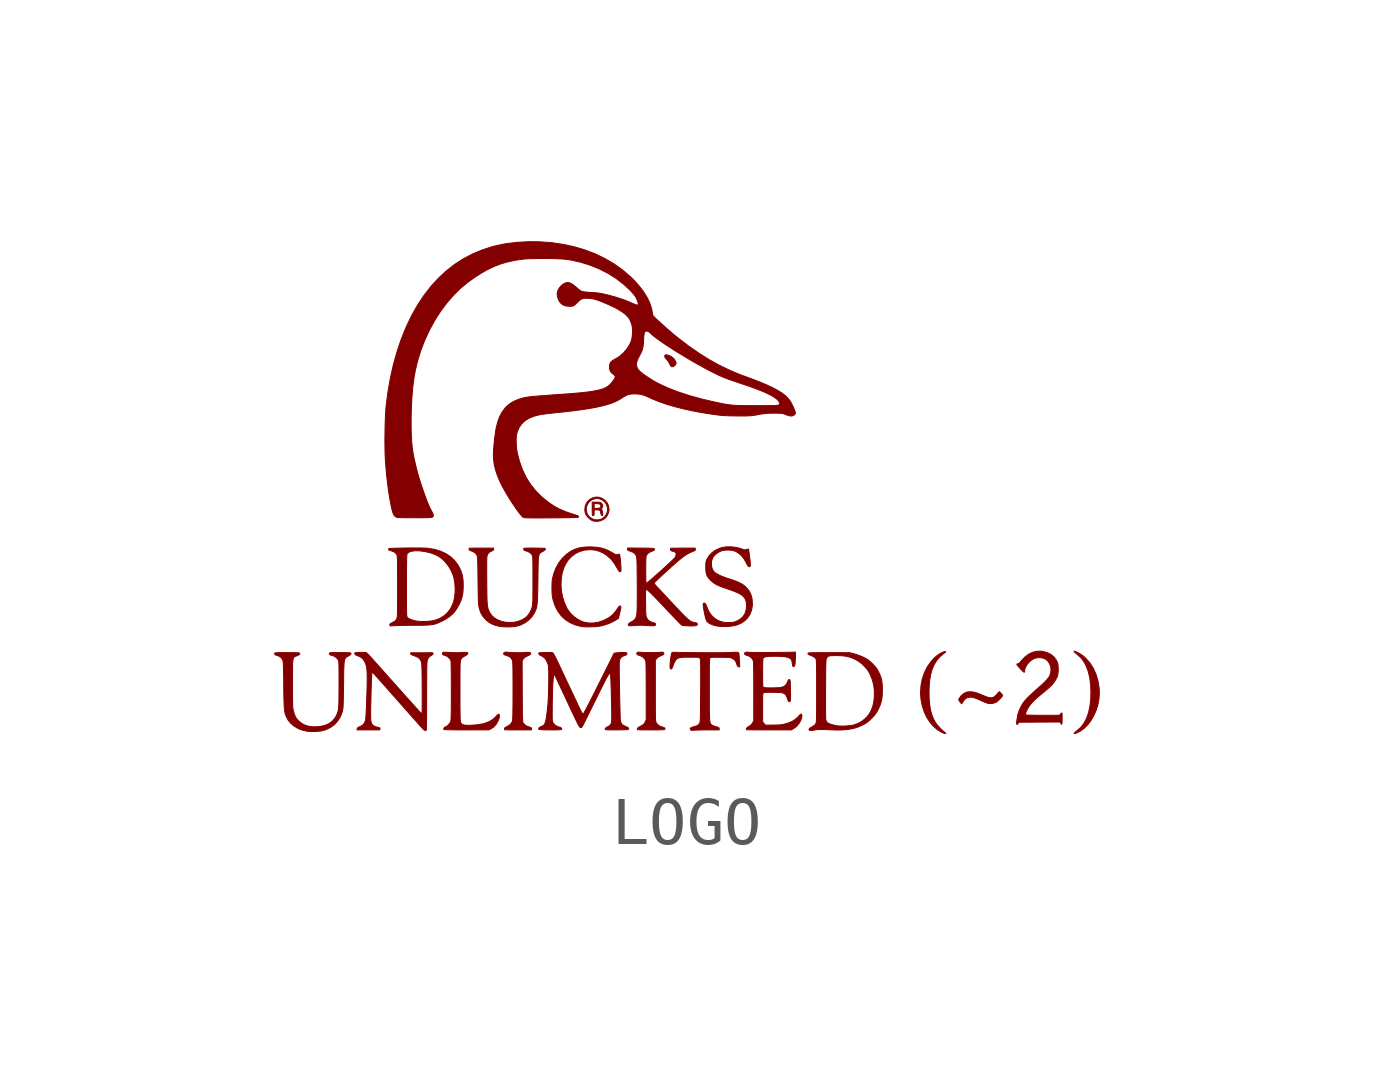
<source format=kicad_sym>
(kicad_symbol_lib
  (version 20220914)
  (generator bitmap2component)
  (symbol "LOGO"
    (pin_names
      (offset 1.016))
    (property "Reference" "#G"
      (at 0 9.365 0)
      (effects (font (size 1.27 1.27)) hide))
    (symbol "LOGO_0_0"
      (polyline (pts (xy 5.776 -4.21) (xy 5.771 -4.2) (xy 5.749 -4.181) (xy 5.714 -4.152) (xy 5.665 -4.106) (xy 5.618 -4.055) (xy 5.577 -4.005) (xy 5.548 -3.96) (xy 5.515 -3.895) (xy 5.482 -3.809) (xy 5.457 -3.714) (xy 5.44 -3.609) (xy 5.43 -3.49) (xy 5.427 -3.355) (xy 5.429 -3.245) (xy 5.44 -3.105) (xy 5.461 -2.98) (xy 5.492 -2.87) (xy 5.534 -2.773) (xy 5.588 -2.687) (xy 5.652 -2.612) (xy 5.729 -2.547) (xy 5.746 -2.534) (xy 5.766 -2.517) (xy 5.773 -2.506) (xy 5.766 -2.502) (xy 5.744 -2.504) (xy 5.709 -2.517) (xy 5.666 -2.539) (xy 5.621 -2.567) (xy 5.577 -2.6) (xy 5.537 -2.636) (xy 5.467 -2.713) (xy 5.39 -2.823) (xy 5.33 -2.945) (xy 5.286 -3.075) (xy 5.259 -3.214) (xy 5.25 -3.36) (xy 5.25 -3.393) (xy 5.262 -3.519) (xy 5.288 -3.642) (xy 5.327 -3.759) (xy 5.378 -3.868) (xy 5.44 -3.966) (xy 5.512 -4.053) (xy 5.593 -4.124) (xy 5.68 -4.179) (xy 5.709 -4.193) (xy 5.744 -4.207) (xy 5.767 -4.212) (xy 5.776 -4.21)) (stroke (width 0.01) (type default)) (fill (type outline)))
      (polyline (pts (xy 8.47 -4.21) (xy 8.501 -4.199) (xy 8.579 -4.16) (xy 8.661 -4.1) (xy 8.736 -4.025) (xy 8.803 -3.936) (xy 8.86 -3.837) (xy 8.907 -3.729) (xy 8.943 -3.615) (xy 8.966 -3.496) (xy 8.976 -3.376) (xy 8.97 -3.255) (xy 8.946 -3.112) (xy 8.906 -2.977) (xy 8.85 -2.852) (xy 8.778 -2.74) (xy 8.691 -2.64) (xy 8.637 -2.593) (xy 8.558 -2.54) (xy 8.477 -2.501) (xy 8.457 -2.495) (xy 8.449 -2.5) (xy 8.457 -2.513) (xy 8.477 -2.533) (xy 8.511 -2.559) (xy 8.586 -2.627) (xy 8.651 -2.71) (xy 8.704 -2.81) (xy 8.746 -2.925) (xy 8.776 -3.054) (xy 8.794 -3.199) (xy 8.8 -3.357) (xy 8.795 -3.5) (xy 8.778 -3.647) (xy 8.749 -3.779) (xy 8.708 -3.896) (xy 8.654 -3.996) (xy 8.588 -4.081) (xy 8.511 -4.15) (xy 8.506 -4.154) (xy 8.478 -4.176) (xy 8.457 -4.196) (xy 8.45 -4.207) (xy 8.454 -4.212) (xy 8.47 -4.21)) (stroke (width 0.01) (type default)) (fill (type outline)))
      (polyline (pts (xy -7.326 -4.166) (xy -7.269 -4.161) (xy -7.225 -4.155) (xy -7.132 -4.127) (xy -7.038 -4.081) (xy -6.957 -4.02) (xy -6.889 -3.944) (xy -6.835 -3.856) (xy -6.797 -3.755) (xy -6.793 -3.739) (xy -6.789 -3.72) (xy -6.785 -3.699) (xy -6.783 -3.673) (xy -6.78 -3.64) (xy -6.778 -3.598) (xy -6.777 -3.546) (xy -6.775 -3.482) (xy -6.774 -3.403) (xy -6.772 -3.308) (xy -6.771 -3.195) (xy -6.77 -3.155) (xy -6.769 -3.043) (xy -6.768 -2.948) (xy -6.766 -2.87) (xy -6.763 -2.806) (xy -6.76 -2.754) (xy -6.756 -2.713) (xy -6.75 -2.682) (xy -6.743 -2.659) (xy -6.734 -2.641) (xy -6.722 -2.627) (xy -6.707 -2.616) (xy -6.69 -2.606) (xy -6.67 -2.595) (xy -6.65 -2.583) (xy -6.623 -2.562) (xy -6.615 -2.545) (xy -6.616 -2.539) (xy -6.619 -2.534) (xy -6.628 -2.53) (xy -6.645 -2.528) (xy -6.672 -2.526) (xy -6.711 -2.525) (xy -6.766 -2.524) (xy -6.838 -2.524) (xy -6.877 -2.523) (xy -6.943 -2.524) (xy -6.992 -2.524) (xy -7.027 -2.526) (xy -7.049 -2.528) (xy -7.062 -2.532) (xy -7.067 -2.536) (xy -7.067 -2.538) (xy -7.065 -2.558) (xy -7.045 -2.574) (xy -7.01 -2.585) (xy -6.971 -2.596) (xy -6.922 -2.627) (xy -6.886 -2.67) (xy -6.883 -2.675) (xy -6.878 -2.684) (xy -6.875 -2.695) (xy -6.872 -2.71) (xy -6.87 -2.73) (xy -6.868 -2.758) (xy -6.867 -2.795) (xy -6.866 -2.842) (xy -6.865 -2.903) (xy -6.865 -2.978) (xy -6.865 -3.07) (xy -6.865 -3.18) (xy -6.865 -3.181) (xy -6.865 -3.299) (xy -6.866 -3.4) (xy -6.866 -3.484) (xy -6.868 -3.555) (xy -6.87 -3.612) (xy -6.873 -3.66) (xy -6.877 -3.699) (xy -6.882 -3.732) (xy -6.889 -3.759) (xy -6.897 -3.785) (xy -6.907 -3.809) (xy -6.919 -3.835) (xy -6.948 -3.886) (xy -7.003 -3.952) (xy -7.073 -4.003) (xy -7.156 -4.04) (xy -7.252 -4.062) (xy -7.36 -4.07) (xy -7.405 -4.069) (xy -7.495 -4.059) (xy -7.572 -4.037) (xy -7.64 -4.001) (xy -7.702 -3.952) (xy -7.739 -3.913) (xy -7.771 -3.865) (xy -7.796 -3.807) (xy -7.816 -3.735) (xy -7.82 -3.72) (xy -7.823 -3.7) (xy -7.827 -3.677) (xy -7.829 -3.649) (xy -7.831 -3.615) (xy -7.832 -3.573) (xy -7.834 -3.521) (xy -7.834 -3.456) (xy -7.835 -3.378) (xy -7.835 -3.283) (xy -7.835 -3.17) (xy -7.835 -3.155) (xy -7.835 -3.039) (xy -7.835 -2.941) (xy -7.834 -2.86) (xy -7.833 -2.794) (xy -7.831 -2.74) (xy -7.827 -2.699) (xy -7.823 -2.667) (xy -7.816 -2.644) (xy -7.808 -2.627) (xy -7.798 -2.615) (xy -7.785 -2.607) (xy -7.77 -2.6) (xy -7.752 -2.594) (xy -7.724 -2.583) (xy -7.697 -2.569) (xy -7.684 -2.556) (xy -7.682 -2.541) (xy -7.684 -2.538) (xy -7.69 -2.534) (xy -7.702 -2.53) (xy -7.724 -2.528) (xy -7.757 -2.526) (xy -7.803 -2.525) (xy -7.864 -2.525) (xy -7.944 -2.524) (xy -8.014 -2.524) (xy -8.08 -2.525) (xy -8.13 -2.525) (xy -8.165 -2.527) (xy -8.189 -2.529) (xy -8.202 -2.533) (xy -8.207 -2.537) (xy -8.206 -2.556) (xy -8.188 -2.573) (xy -8.157 -2.584) (xy -8.113 -2.599) (xy -8.069 -2.63) (xy -8.04 -2.673) (xy -8.037 -2.682) (xy -8.033 -2.695) (xy -8.03 -2.712) (xy -8.027 -2.734) (xy -8.025 -2.763) (xy -8.023 -2.802) (xy -8.022 -2.851) (xy -8.021 -2.913) (xy -8.019 -2.99) (xy -8.018 -3.083) (xy -8.017 -3.195) (xy -8.017 -3.203) (xy -8.016 -3.323) (xy -8.014 -3.425) (xy -8.012 -3.511) (xy -8.01 -3.583) (xy -8.007 -3.643) (xy -8.003 -3.693) (xy -7.998 -3.735) (xy -7.992 -3.77) (xy -7.984 -3.801) (xy -7.974 -3.829) (xy -7.963 -3.857) (xy -7.949 -3.886) (xy -7.926 -3.929) (xy -7.871 -3.997) (xy -7.801 -4.056) (xy -7.718 -4.105) (xy -7.625 -4.141) (xy -7.525 -4.163) (xy -7.505 -4.165) (xy -7.451 -4.168) (xy -7.389 -4.168) (xy -7.326 -4.166)) (stroke (width 0.01) (type default)) (fill (type outline)))
      (polyline (pts (xy -5.055 -4.147) (xy -5.046 -4.134) (xy -5.045 -4.129) (xy -5.045 -4.106) (xy -5.044 -4.065) (xy -5.043 -4.009) (xy -5.042 -3.938) (xy -5.041 -3.856) (xy -5.041 -3.762) (xy -5.04 -3.66) (xy -5.04 -3.55) (xy -5.04 -3.435) (xy -5.04 -3.419) (xy -5.04 -3.263) (xy -5.039 -3.126) (xy -5.038 -3.007) (xy -5.037 -2.907) (xy -5.036 -2.826) (xy -5.034 -2.765) (xy -5.032 -2.723) (xy -5.029 -2.701) (xy -5.013 -2.651) (xy -4.984 -2.611) (xy -4.941 -2.582) (xy -4.915 -2.565) (xy -4.905 -2.545) (xy -4.907 -2.534) (xy -4.915 -2.529) (xy -4.935 -2.526) (xy -4.97 -2.526) (xy -4.998 -2.527) (xy -5.054 -2.528) (xy -5.117 -2.528) (xy -5.181 -2.528) (xy -5.24 -2.528) (xy -5.29 -2.528) (xy -5.325 -2.527) (xy -5.338 -2.526) (xy -5.362 -2.527) (xy -5.372 -2.533) (xy -5.375 -2.545) (xy -5.373 -2.553) (xy -5.362 -2.564) (xy -5.338 -2.576) (xy -5.297 -2.59) (xy -5.28 -2.597) (xy -5.231 -2.618) (xy -5.196 -2.641) (xy -5.172 -2.67) (xy -5.153 -2.709) (xy -5.153 -2.71) (xy -5.149 -2.722) (xy -5.146 -2.737) (xy -5.143 -2.756) (xy -5.141 -2.782) (xy -5.139 -2.815) (xy -5.137 -2.858) (xy -5.136 -2.912) (xy -5.135 -2.979) (xy -5.134 -3.062) (xy -5.133 -3.16) (xy -5.132 -3.277) (xy -5.132 -3.326) (xy -5.132 -3.45) (xy -5.132 -3.556) (xy -5.132 -3.643) (xy -5.133 -3.711) (xy -5.135 -3.76) (xy -5.136 -3.79) (xy -5.139 -3.8) (xy -5.141 -3.799) (xy -5.148 -3.793) (xy -5.16 -3.782) (xy -5.177 -3.764) (xy -5.2 -3.74) (xy -5.23 -3.707) (xy -5.268 -3.665) (xy -5.314 -3.614) (xy -5.369 -3.553) (xy -5.434 -3.481) (xy -5.51 -3.397) (xy -5.596 -3.3) (xy -5.694 -3.189) (xy -5.805 -3.065) (xy -5.851 -3.013) (xy -5.915 -2.942) (xy -5.977 -2.872) (xy -6.036 -2.806) (xy -6.089 -2.747) (xy -6.134 -2.696) (xy -6.167 -2.659) (xy -6.196 -2.627) (xy -6.232 -2.588) (xy -6.262 -2.557) (xy -6.284 -2.535) (xy -6.296 -2.526) (xy -6.307 -2.524) (xy -6.335 -2.522) (xy -6.375 -2.521) (xy -6.421 -2.52) (xy -6.447 -2.52) (xy -6.489 -2.521) (xy -6.515 -2.524) (xy -6.53 -2.528) (xy -6.537 -2.535) (xy -6.536 -2.555) (xy -6.517 -2.573) (xy -6.479 -2.589) (xy -6.42 -2.614) (xy -6.37 -2.653) (xy -6.332 -2.708) (xy -6.317 -2.74) (xy -6.301 -2.784) (xy -6.29 -2.832) (xy -6.283 -2.889) (xy -6.279 -2.959) (xy -6.278 -3.045) (xy -6.278 -3.072) (xy -6.279 -3.143) (xy -6.28 -3.223) (xy -6.282 -3.308) (xy -6.285 -3.398) (xy -6.288 -3.488) (xy -6.291 -3.577) (xy -6.294 -3.662) (xy -6.298 -3.739) (xy -6.302 -3.807) (xy -6.305 -3.863) (xy -6.308 -3.904) (xy -6.311 -3.928) (xy -6.315 -3.943) (xy -6.338 -3.997) (xy -6.378 -4.039) (xy -6.433 -4.068) (xy -6.464 -4.081) (xy -6.481 -4.095) (xy -6.488 -4.111) (xy -6.491 -4.135) (xy -6.253 -4.135) (xy -6.015 -4.135) (xy -6.012 -4.113) (xy -6.011 -4.108) (xy -6.016 -4.093) (xy -6.037 -4.085) (xy -6.075 -4.076) (xy -6.114 -4.064) (xy -6.141 -4.051) (xy -6.162 -4.033) (xy -6.166 -4.029) (xy -6.176 -4.017) (xy -6.185 -4.003) (xy -6.192 -3.987) (xy -6.197 -3.966) (xy -6.202 -3.939) (xy -6.204 -3.904) (xy -6.206 -3.86) (xy -6.207 -3.804) (xy -6.206 -3.734) (xy -6.205 -3.65) (xy -6.202 -3.55) (xy -6.199 -3.431) (xy -6.199 -3.423) (xy -6.197 -3.326) (xy -6.194 -3.236) (xy -6.191 -3.154) (xy -6.189 -3.082) (xy -6.186 -3.023) (xy -6.183 -2.977) (xy -6.181 -2.947) (xy -6.179 -2.936) (xy -6.179 -2.936) (xy -6.167 -2.94) (xy -6.147 -2.956) (xy -6.122 -2.981) (xy -6.108 -2.997) (xy -6.082 -3.027) (xy -6.045 -3.068) (xy -5.998 -3.12) (xy -5.944 -3.181) (xy -5.884 -3.249) (xy -5.819 -3.323) (xy -5.75 -3.401) (xy -5.678 -3.481) (xy -5.606 -3.563) (xy -5.535 -3.644) (xy -5.465 -3.723) (xy -5.398 -3.798) (xy -5.336 -3.869) (xy -5.28 -3.932) (xy -5.231 -3.987) (xy -5.191 -4.032) (xy -5.151 -4.077) (xy -5.115 -4.114) (xy -5.088 -4.138) (xy -5.068 -4.148) (xy -5.055 -4.147)) (stroke (width 0.01) (type default)) (fill (type outline)))
      (polyline (pts (xy 0.51 -4.143) (xy 0.523 -4.141) (xy 0.554 -4.139) (xy 0.6 -4.138) (xy 0.658 -4.136) (xy 0.724 -4.135) (xy 0.795 -4.135) (xy 1.055 -4.135) (xy 1.055 -4.11) (xy 1.054 -4.099) (xy 1.046 -4.088) (xy 1.028 -4.079) (xy 0.995 -4.07) (xy 0.968 -4.062) (xy 0.932 -4.048) (xy 0.906 -4.035) (xy 0.898 -4.029) (xy 0.888 -4.022) (xy 0.88 -4.014) (xy 0.873 -4.003) (xy 0.867 -3.988) (xy 0.862 -3.968) (xy 0.859 -3.94) (xy 0.856 -3.904) (xy 0.854 -3.858) (xy 0.852 -3.801) (xy 0.851 -3.732) (xy 0.85 -3.647) (xy 0.85 -3.548) (xy 0.85 -3.431) (xy 0.85 -3.296) (xy 0.85 -3.17) (xy 0.85 -3.058) (xy 0.85 -2.962) (xy 0.85 -2.882) (xy 0.851 -2.817) (xy 0.852 -2.764) (xy 0.853 -2.723) (xy 0.854 -2.692) (xy 0.856 -2.668) (xy 0.858 -2.652) (xy 0.86 -2.642) (xy 0.863 -2.636) (xy 0.867 -2.632) (xy 0.871 -2.63) (xy 0.874 -2.628) (xy 0.899 -2.624) (xy 0.944 -2.622) (xy 1.008 -2.621) (xy 1.093 -2.622) (xy 1.137 -2.622) (xy 1.195 -2.624) (xy 1.238 -2.625) (xy 1.269 -2.627) (xy 1.292 -2.631) (xy 1.309 -2.636) (xy 1.324 -2.643) (xy 1.34 -2.652) (xy 1.369 -2.671) (xy 1.391 -2.694) (xy 1.408 -2.725) (xy 1.423 -2.77) (xy 1.431 -2.793) (xy 1.443 -2.811) (xy 1.459 -2.818) (xy 1.483 -2.822) (xy 1.477 -2.687) (xy 1.476 -2.676) (xy 1.473 -2.626) (xy 1.47 -2.583) (xy 1.467 -2.552) (xy 1.464 -2.537) (xy 1.459 -2.528) (xy 1.448 -2.521) (xy 1.429 -2.517) (xy 1.399 -2.516) (xy 1.354 -2.518) (xy 1.293 -2.522) (xy 1.292 -2.522) (xy 1.262 -2.523) (xy 1.214 -2.524) (xy 1.151 -2.525) (xy 1.075 -2.526) (xy 0.99 -2.526) (xy 0.897 -2.526) (xy 0.798 -2.526) (xy 0.697 -2.526) (xy 0.596 -2.525) (xy 0.497 -2.524) (xy 0.403 -2.523) (xy 0.316 -2.522) (xy 0.239 -2.521) (xy 0.173 -2.519) (xy 0.123 -2.517) (xy 0.113 -2.517) (xy 0.086 -2.52) (xy 0.069 -2.527) (xy 0.068 -2.529) (xy 0.062 -2.547) (xy 0.055 -2.58) (xy 0.048 -2.623) (xy 0.041 -2.671) (xy 0.036 -2.721) (xy 0.032 -2.768) (xy 0.03 -2.807) (xy 0.031 -2.828) (xy 0.037 -2.857) (xy 0.049 -2.869) (xy 0.063 -2.862) (xy 0.079 -2.838) (xy 0.094 -2.797) (xy 0.099 -2.781) (xy 0.117 -2.738) (xy 0.138 -2.699) (xy 0.153 -2.678) (xy 0.17 -2.658) (xy 0.192 -2.644) (xy 0.219 -2.633) (xy 0.255 -2.626) (xy 0.303 -2.622) (xy 0.365 -2.62) (xy 0.445 -2.62) (xy 0.49 -2.62) (xy 0.545 -2.62) (xy 0.586 -2.621) (xy 0.613 -2.623) (xy 0.631 -2.625) (xy 0.642 -2.63) (xy 0.649 -2.636) (xy 0.655 -2.644) (xy 0.656 -2.646) (xy 0.659 -2.653) (xy 0.662 -2.664) (xy 0.664 -2.681) (xy 0.666 -2.705) (xy 0.667 -2.737) (xy 0.668 -2.779) (xy 0.669 -2.832) (xy 0.669 -2.897) (xy 0.669 -2.977) (xy 0.669 -3.073) (xy 0.669 -3.185) (xy 0.668 -3.317) (xy 0.667 -3.417) (xy 0.667 -3.534) (xy 0.666 -3.633) (xy 0.665 -3.716) (xy 0.664 -3.785) (xy 0.663 -3.841) (xy 0.662 -3.885) (xy 0.661 -3.92) (xy 0.659 -3.946) (xy 0.657 -3.965) (xy 0.654 -3.979) (xy 0.651 -3.99) (xy 0.647 -3.997) (xy 0.643 -4.005) (xy 0.626 -4.027) (xy 0.603 -4.043) (xy 0.569 -4.057) (xy 0.52 -4.07) (xy 0.518 -4.071) (xy 0.476 -4.085) (xy 0.453 -4.101) (xy 0.45 -4.118) (xy 0.466 -4.137) (xy 0.479 -4.144) (xy 0.51 -4.143)) (stroke (width 0.01) (type default)) (fill (type outline)))
      (polyline (pts (xy 2.993 -4.145) (xy 3.033 -4.139) (xy 3.09 -4.13) (xy 3.109 -4.128) (xy 3.152 -4.127) (xy 3.211 -4.127) (xy 3.281 -4.129) (xy 3.361 -4.132) (xy 3.382 -4.133) (xy 3.508 -4.137) (xy 3.619 -4.135) (xy 3.717 -4.128) (xy 3.804 -4.114) (xy 3.886 -4.095) (xy 3.963 -4.068) (xy 4.04 -4.033) (xy 4.082 -4.012) (xy 4.118 -3.99) (xy 4.151 -3.965) (xy 4.187 -3.934) (xy 4.231 -3.891) (xy 4.259 -3.862) (xy 4.296 -3.822) (xy 4.323 -3.787) (xy 4.346 -3.751) (xy 4.367 -3.71) (xy 4.394 -3.653) (xy 4.419 -3.589) (xy 4.436 -3.528) (xy 4.447 -3.464) (xy 4.453 -3.392) (xy 4.455 -3.305) (xy 4.454 -3.285) (xy 4.453 -3.209) (xy 4.448 -3.147) (xy 4.439 -3.093) (xy 4.425 -3.042) (xy 4.405 -2.99) (xy 4.378 -2.93) (xy 4.375 -2.926) (xy 4.352 -2.882) (xy 4.326 -2.843) (xy 4.294 -2.804) (xy 4.251 -2.759) (xy 4.232 -2.741) (xy 4.192 -2.704) (xy 4.156 -2.675) (xy 4.117 -2.651) (xy 4.07 -2.626) (xy 4.052 -2.618) (xy 3.994 -2.593) (xy 3.931 -2.57) (xy 3.875 -2.553) (xy 3.775 -2.526) (xy 3.34 -2.525) (xy 3.317 -2.525) (xy 3.216 -2.525) (xy 3.134 -2.525) (xy 3.067 -2.526) (xy 3.015 -2.526) (xy 2.975 -2.527) (xy 2.946 -2.529) (xy 2.927 -2.53) (xy 2.915 -2.533) (xy 2.908 -2.536) (xy 2.905 -2.54) (xy 2.905 -2.545) (xy 2.911 -2.56) (xy 2.935 -2.573) (xy 2.946 -2.576) (xy 3 -2.598) (xy 3.041 -2.622) (xy 3.067 -2.647) (xy 3.067 -2.647) (xy 3.071 -2.653) (xy 3.074 -2.662) (xy 3.076 -2.674) (xy 3.079 -2.692) (xy 3.08 -2.716) (xy 3.082 -2.748) (xy 3.083 -2.79) (xy 3.084 -2.842) (xy 3.084 -2.908) (xy 3.085 -2.987) (xy 3.085 -3.082) (xy 3.085 -3.194) (xy 3.085 -3.325) (xy 3.085 -3.407) (xy 3.085 -3.484) (xy 3.271 -3.484) (xy 3.271 -3.379) (xy 3.272 -3.269) (xy 3.272 -3.227) (xy 3.273 -3.108) (xy 3.273 -3.006) (xy 3.274 -2.92) (xy 3.275 -2.85) (xy 3.276 -2.793) (xy 3.277 -2.747) (xy 3.279 -2.712) (xy 3.281 -2.686) (xy 3.283 -2.667) (xy 3.286 -2.653) (xy 3.289 -2.644) (xy 3.292 -2.637) (xy 3.3 -2.627) (xy 3.314 -2.611) (xy 3.332 -2.599) (xy 3.357 -2.592) (xy 3.392 -2.588) (xy 3.44 -2.586) (xy 3.505 -2.586) (xy 3.511 -2.586) (xy 3.607 -2.589) (xy 3.688 -2.598) (xy 3.762 -2.615) (xy 3.832 -2.639) (xy 3.905 -2.673) (xy 3.962 -2.707) (xy 4.032 -2.761) (xy 4.096 -2.825) (xy 4.152 -2.893) (xy 4.192 -2.96) (xy 4.197 -2.97) (xy 4.243 -3.083) (xy 4.273 -3.195) (xy 4.287 -3.31) (xy 4.287 -3.434) (xy 4.279 -3.524) (xy 4.265 -3.603) (xy 4.243 -3.677) (xy 4.212 -3.75) (xy 4.169 -3.821) (xy 4.105 -3.894) (xy 4.028 -3.955) (xy 3.942 -4.003) (xy 3.849 -4.035) (xy 3.828 -4.039) (xy 3.769 -4.047) (xy 3.701 -4.053) (xy 3.631 -4.055) (xy 3.567 -4.054) (xy 3.515 -4.05) (xy 3.473 -4.042) (xy 3.418 -4.028) (xy 3.368 -4.013) (xy 3.328 -3.996) (xy 3.303 -3.981) (xy 3.301 -3.978) (xy 3.285 -3.952) (xy 3.275 -3.918) (xy 3.274 -3.901) (xy 3.273 -3.866) (xy 3.272 -3.814) (xy 3.272 -3.749) (xy 3.271 -3.67) (xy 3.271 -3.581) (xy 3.271 -3.484) (xy 3.085 -3.484) (xy 3.085 -3.526) (xy 3.085 -3.627) (xy 3.084 -3.712) (xy 3.084 -3.782) (xy 3.083 -3.839) (xy 3.082 -3.885) (xy 3.081 -3.921) (xy 3.08 -3.948) (xy 3.078 -3.968) (xy 3.075 -3.983) (xy 3.072 -3.994) (xy 3.069 -4.003) (xy 3.065 -4.01) (xy 3.039 -4.04) (xy 2.992 -4.07) (xy 2.963 -4.085) (xy 2.936 -4.104) (xy 2.926 -4.122) (xy 2.933 -4.138) (xy 2.933 -4.139) (xy 2.94 -4.144) (xy 2.95 -4.147) (xy 2.967 -4.148) (xy 2.993 -4.145)) (stroke (width 0.01) (type default)) (fill (type outline)))
      (polyline (pts (xy -3.745 -4.134) (xy -3.698 -4.111) (xy -3.652 -4.082) (xy -3.599 -4.028) (xy -3.556 -3.957) (xy -3.536 -3.91) (xy -3.524 -3.866) (xy -3.523 -3.833) (xy -3.533 -3.812) (xy -3.541 -3.808) (xy -3.554 -3.813) (xy -3.572 -3.83) (xy -3.599 -3.86) (xy -3.61 -3.872) (xy -3.676 -3.928) (xy -3.757 -3.972) (xy -3.854 -4.005) (xy -3.967 -4.026) (xy -4.096 -4.037) (xy -4.107 -4.038) (xy -4.176 -4.039) (xy -4.228 -4.037) (xy -4.266 -4.032) (xy -4.294 -4.022) (xy -4.313 -4.007) (xy -4.328 -3.987) (xy -4.33 -3.983) (xy -4.333 -3.974) (xy -4.336 -3.962) (xy -4.338 -3.946) (xy -4.34 -3.923) (xy -4.341 -3.892) (xy -4.343 -3.852) (xy -4.343 -3.801) (xy -4.344 -3.737) (xy -4.345 -3.66) (xy -4.345 -3.568) (xy -4.345 -3.458) (xy -4.345 -3.33) (xy -4.345 -3.279) (xy -4.345 -3.159) (xy -4.345 -3.057) (xy -4.345 -2.971) (xy -4.344 -2.899) (xy -4.344 -2.841) (xy -4.343 -2.795) (xy -4.341 -2.759) (xy -4.34 -2.731) (xy -4.338 -2.71) (xy -4.335 -2.695) (xy -4.332 -2.683) (xy -4.329 -2.674) (xy -4.324 -2.665) (xy -4.309 -2.641) (xy -4.283 -2.618) (xy -4.245 -2.595) (xy -4.215 -2.578) (xy -4.192 -2.561) (xy -4.182 -2.549) (xy -4.181 -2.542) (xy -4.185 -2.529) (xy -4.199 -2.522) (xy -4.226 -2.519) (xy -4.266 -2.519) (xy -4.325 -2.523) (xy -4.399 -2.527) (xy -4.564 -2.522) (xy -4.611 -2.519) (xy -4.652 -2.517) (xy -4.682 -2.516) (xy -4.697 -2.517) (xy -4.705 -2.525) (xy -4.71 -2.545) (xy -4.71 -2.551) (xy -4.704 -2.564) (xy -4.688 -2.574) (xy -4.656 -2.584) (xy -4.638 -2.59) (xy -4.591 -2.618) (xy -4.554 -2.655) (xy -4.533 -2.698) (xy -4.531 -2.711) (xy -4.53 -2.743) (xy -4.529 -2.792) (xy -4.528 -2.855) (xy -4.527 -2.931) (xy -4.526 -3.018) (xy -4.526 -3.113) (xy -4.525 -3.216) (xy -4.525 -3.325) (xy -4.525 -3.447) (xy -4.525 -3.562) (xy -4.526 -3.659) (xy -4.527 -3.74) (xy -4.528 -3.806) (xy -4.529 -3.859) (xy -4.531 -3.899) (xy -4.533 -3.929) (xy -4.535 -3.95) (xy -4.538 -3.962) (xy -4.551 -3.987) (xy -4.574 -4.016) (xy -4.6 -4.043) (xy -4.625 -4.062) (xy -4.644 -4.07) (xy -4.652 -4.072) (xy -4.669 -4.086) (xy -4.682 -4.106) (xy -4.684 -4.124) (xy -4.677 -4.126) (xy -4.658 -4.129) (xy -4.624 -4.131) (xy -4.576 -4.132) (xy -4.511 -4.133) (xy -4.43 -4.134) (xy -4.331 -4.135) (xy -4.212 -4.135) (xy -3.745 -4.134)) (stroke (width 0.01) (type default)) (fill (type outline)))
      (polyline (pts (xy -2.855 -4.111) (xy -2.855 -4.106) (xy -2.86 -4.092) (xy -2.875 -4.083) (xy -2.904 -4.074) (xy -2.938 -4.063) (xy -2.986 -4.036) (xy -3.024 -3.996) (xy -3.027 -3.993) (xy -3.031 -3.986) (xy -3.034 -3.978) (xy -3.037 -3.966) (xy -3.039 -3.95) (xy -3.041 -3.927) (xy -3.042 -3.896) (xy -3.044 -3.856) (xy -3.045 -3.804) (xy -3.045 -3.741) (xy -3.046 -3.663) (xy -3.047 -3.57) (xy -3.047 -3.46) (xy -3.048 -3.331) (xy -3.05 -2.693) (xy -3.027 -2.659) (xy -3.018 -2.647) (xy -3.003 -2.631) (xy -2.98 -2.616) (xy -2.947 -2.598) (xy -2.9 -2.576) (xy -2.883 -2.564) (xy -2.872 -2.548) (xy -2.872 -2.541) (xy -2.879 -2.527) (xy -2.901 -2.52) (xy -2.939 -2.518) (xy -2.995 -2.522) (xy -3.007 -2.523) (xy -3.054 -2.525) (xy -3.111 -2.526) (xy -3.174 -2.526) (xy -3.237 -2.525) (xy -3.296 -2.522) (xy -3.344 -2.518) (xy -3.378 -2.514) (xy -3.397 -2.513) (xy -3.425 -2.524) (xy -3.437 -2.538) (xy -3.435 -2.555) (xy -3.415 -2.571) (xy -3.378 -2.585) (xy -3.368 -2.587) (xy -3.318 -2.607) (xy -3.284 -2.634) (xy -3.259 -2.673) (xy -3.257 -2.679) (xy -3.253 -2.69) (xy -3.25 -2.702) (xy -3.248 -2.719) (xy -3.246 -2.742) (xy -3.244 -2.771) (xy -3.243 -2.81) (xy -3.242 -2.859) (xy -3.241 -2.92) (xy -3.241 -2.994) (xy -3.24 -3.084) (xy -3.24 -3.191) (xy -3.24 -3.316) (xy -3.24 -3.372) (xy -3.24 -3.506) (xy -3.241 -3.621) (xy -3.242 -3.718) (xy -3.243 -3.797) (xy -3.245 -3.859) (xy -3.247 -3.905) (xy -3.249 -3.935) (xy -3.251 -3.951) (xy -3.27 -3.989) (xy -3.31 -4.032) (xy -3.368 -4.066) (xy -3.384 -4.074) (xy -3.411 -4.092) (xy -3.42 -4.108) (xy -3.419 -4.119) (xy -3.416 -4.131) (xy -3.416 -4.131) (xy -3.403 -4.132) (xy -3.373 -4.133) (xy -3.328 -4.134) (xy -3.272 -4.134) (xy -3.206 -4.135) (xy -3.133 -4.135) (xy -2.855 -4.135) (xy -2.855 -4.111)) (stroke (width 0.01) (type default)) (fill (type outline)))
      (polyline (pts (xy -2.373 -4.135) (xy -2.321 -4.134) (xy -2.278 -4.132) (xy -2.247 -4.13) (xy -2.232 -4.127) (xy -2.225 -4.115) (xy -2.231 -4.099) (xy -2.249 -4.085) (xy -2.277 -4.075) (xy -2.312 -4.065) (xy -2.363 -4.036) (xy -2.402 -3.992) (xy -2.404 -3.99) (xy -2.41 -3.978) (xy -2.415 -3.967) (xy -2.418 -3.952) (xy -2.421 -3.932) (xy -2.423 -3.904) (xy -2.424 -3.866) (xy -2.424 -3.815) (xy -2.424 -3.749) (xy -2.423 -3.665) (xy -2.423 -3.595) (xy -2.421 -3.506) (xy -2.419 -3.417) (xy -2.417 -3.333) (xy -2.414 -3.259) (xy -2.412 -3.2) (xy -2.41 -3.164) (xy -2.405 -3.094) (xy -2.4 -3.043) (xy -2.394 -3.01) (xy -2.386 -2.993) (xy -2.377 -2.993) (xy -2.364 -3.007) (xy -2.348 -3.036) (xy -2.329 -3.078) (xy -2.323 -3.089) (xy -2.302 -3.135) (xy -2.276 -3.192) (xy -2.248 -3.252) (xy -2.22 -3.31) (xy -2.204 -3.345) (xy -2.172 -3.412) (xy -2.137 -3.487) (xy -2.102 -3.562) (xy -2.07 -3.63) (xy -2.055 -3.663) (xy -2.009 -3.761) (xy -1.97 -3.843) (xy -1.938 -3.91) (xy -1.912 -3.964) (xy -1.891 -4.006) (xy -1.874 -4.037) (xy -1.861 -4.059) (xy -1.851 -4.074) (xy -1.843 -4.082) (xy -1.836 -4.086) (xy -1.818 -4.086) (xy -1.8 -4.07) (xy -1.798 -4.066) (xy -1.787 -4.045) (xy -1.769 -4.009) (xy -1.743 -3.959) (xy -1.712 -3.897) (xy -1.677 -3.825) (xy -1.637 -3.745) (xy -1.594 -3.658) (xy -1.548 -3.566) (xy -1.528 -3.524) (xy -1.47 -3.408) (xy -1.421 -3.308) (xy -1.379 -3.224) (xy -1.344 -3.153) (xy -1.314 -3.096) (xy -1.29 -3.051) (xy -1.271 -3.016) (xy -1.255 -2.991) (xy -1.243 -2.974) (xy -1.234 -2.965) (xy -1.226 -2.962) (xy -1.221 -2.965) (xy -1.215 -2.971) (xy -1.21 -2.98) (xy -1.21 -2.981) (xy -1.207 -2.999) (xy -1.205 -3.035) (xy -1.202 -3.084) (xy -1.2 -3.147) (xy -1.197 -3.218) (xy -1.194 -3.297) (xy -1.192 -3.382) (xy -1.19 -3.468) (xy -1.188 -3.555) (xy -1.186 -3.64) (xy -1.185 -3.72) (xy -1.184 -3.792) (xy -1.183 -3.856) (xy -1.183 -3.907) (xy -1.184 -3.944) (xy -1.186 -3.965) (xy -1.19 -3.985) (xy -1.204 -4.021) (xy -1.229 -4.048) (xy -1.27 -4.071) (xy -1.294 -4.083) (xy -1.314 -4.098) (xy -1.32 -4.114) (xy -1.32 -4.116) (xy -1.319 -4.122) (xy -1.315 -4.127) (xy -1.305 -4.13) (xy -1.287 -4.132) (xy -1.259 -4.134) (xy -1.217 -4.134) (xy -1.161 -4.134) (xy -1.087 -4.134) (xy -1.048 -4.134) (xy -0.984 -4.133) (xy -0.929 -4.132) (xy -0.885 -4.13) (xy -0.855 -4.128) (xy -0.842 -4.126) (xy -0.842 -4.126) (xy -0.83 -4.111) (xy -0.836 -4.093) (xy -0.858 -4.079) (xy -0.896 -4.063) (xy -0.939 -4.042) (xy -0.969 -4.02) (xy -0.988 -3.994) (xy -0.999 -3.962) (xy -1.005 -3.918) (xy -1.006 -3.906) (xy -1.007 -3.873) (xy -1.008 -3.823) (xy -1.01 -3.759) (xy -1.012 -3.682) (xy -1.014 -3.594) (xy -1.017 -3.498) (xy -1.019 -3.396) (xy -1.021 -3.288) (xy -1.022 -3.228) (xy -1.024 -3.106) (xy -1.026 -3.003) (xy -1.027 -2.916) (xy -1.027 -2.844) (xy -1.027 -2.787) (xy -1.026 -2.743) (xy -1.025 -2.711) (xy -1.023 -2.689) (xy -1.02 -2.676) (xy -0.998 -2.636) (xy -0.961 -2.603) (xy -0.916 -2.586) (xy -0.898 -2.581) (xy -0.876 -2.567) (xy -0.866 -2.549) (xy -0.873 -2.531) (xy -0.886 -2.526) (xy -0.918 -2.522) (xy -0.962 -2.521) (xy -1.015 -2.523) (xy -1.074 -2.529) (xy -1.133 -2.535) (xy -1.449 -3.17) (xy -1.485 -3.242) (xy -1.55 -3.373) (xy -1.608 -3.486) (xy -1.657 -3.583) (xy -1.698 -3.662) (xy -1.731 -3.724) (xy -1.756 -3.769) (xy -1.772 -3.796) (xy -1.78 -3.805) (xy -1.781 -3.805) (xy -1.793 -3.795) (xy -1.81 -3.77) (xy -1.829 -3.735) (xy -1.838 -3.716) (xy -1.857 -3.677) (xy -1.882 -3.624) (xy -1.913 -3.558) (xy -1.949 -3.482) (xy -1.988 -3.398) (xy -2.031 -3.308) (xy -2.076 -3.213) (xy -2.122 -3.116) (xy -2.168 -3.018) (xy -2.213 -2.923) (xy -2.256 -2.831) (xy -2.296 -2.745) (xy -2.308 -2.72) (xy -2.336 -2.663) (xy -2.361 -2.613) (xy -2.382 -2.573) (xy -2.398 -2.545) (xy -2.408 -2.532) (xy -2.409 -2.531) (xy -2.426 -2.526) (xy -2.456 -2.523) (xy -2.502 -2.522) (xy -2.565 -2.522) (xy -2.573 -2.522) (xy -2.626 -2.524) (xy -2.663 -2.525) (xy -2.686 -2.528) (xy -2.699 -2.531) (xy -2.704 -2.537) (xy -2.705 -2.545) (xy -2.701 -2.557) (xy -2.683 -2.573) (xy -2.648 -2.592) (xy -2.617 -2.609) (xy -2.575 -2.644) (xy -2.543 -2.69) (xy -2.517 -2.752) (xy -2.512 -2.765) (xy -2.507 -2.784) (xy -2.503 -2.804) (xy -2.5 -2.829) (xy -2.498 -2.86) (xy -2.497 -2.9) (xy -2.496 -2.953) (xy -2.496 -3.02) (xy -2.496 -3.105) (xy -2.496 -3.149) (xy -2.499 -3.304) (xy -2.504 -3.443) (xy -2.511 -3.572) (xy -2.522 -3.693) (xy -2.536 -3.81) (xy -2.537 -3.82) (xy -2.547 -3.891) (xy -2.558 -3.946) (xy -2.57 -3.986) (xy -2.584 -4.016) (xy -2.602 -4.037) (xy -2.626 -4.053) (xy -2.656 -4.066) (xy -2.662 -4.068) (xy -2.693 -4.086) (xy -2.707 -4.105) (xy -2.701 -4.124) (xy -2.699 -4.125) (xy -2.681 -4.128) (xy -2.648 -4.13) (xy -2.603 -4.133) (xy -2.549 -4.134) (xy -2.491 -4.135) (xy -2.431 -4.135) (xy -2.373 -4.135)) (stroke (width 0.01) (type default)) (fill (type outline)))
      (polyline (pts (xy -0.354 -4.135) (xy -0.268 -4.135) (xy -0.199 -4.134) (xy -0.148 -4.132) (xy -0.111 -4.13) (xy -0.089 -4.127) (xy -0.079 -4.123) (xy -0.073 -4.113) (xy -0.078 -4.097) (xy -0.099 -4.083) (xy -0.132 -4.074) (xy -0.169 -4.063) (xy -0.218 -4.034) (xy -0.255 -3.99) (xy -0.257 -3.986) (xy -0.261 -3.978) (xy -0.264 -3.969) (xy -0.267 -3.956) (xy -0.269 -3.939) (xy -0.271 -3.915) (xy -0.272 -3.884) (xy -0.273 -3.844) (xy -0.274 -3.792) (xy -0.274 -3.728) (xy -0.275 -3.651) (xy -0.275 -3.558) (xy -0.275 -3.448) (xy -0.275 -3.319) (xy -0.275 -2.683) (xy -0.248 -2.648) (xy -0.243 -2.642) (xy -0.21 -2.614) (xy -0.162 -2.591) (xy -0.126 -2.576) (xy -0.102 -2.56) (xy -0.096 -2.543) (xy -0.106 -2.525) (xy -0.109 -2.522) (xy -0.129 -2.514) (xy -0.159 -2.517) (xy -0.182 -2.519) (xy -0.222 -2.522) (xy -0.274 -2.523) (xy -0.333 -2.524) (xy -0.396 -2.524) (xy -0.456 -2.524) (xy -0.511 -2.522) (xy -0.556 -2.52) (xy -0.587 -2.517) (xy -0.617 -2.514) (xy -0.639 -2.516) (xy -0.654 -2.525) (xy -0.663 -2.538) (xy -0.662 -2.555) (xy -0.642 -2.571) (xy -0.602 -2.585) (xy -0.577 -2.594) (xy -0.528 -2.623) (xy -0.492 -2.662) (xy -0.473 -2.708) (xy -0.472 -2.721) (xy -0.47 -2.753) (xy -0.469 -2.802) (xy -0.468 -2.866) (xy -0.467 -2.942) (xy -0.466 -3.029) (xy -0.466 -3.124) (xy -0.465 -3.227) (xy -0.465 -3.335) (xy -0.465 -3.925) (xy -0.49 -3.975) (xy -0.504 -3.999) (xy -0.521 -4.02) (xy -0.546 -4.038) (xy -0.583 -4.058) (xy -0.612 -4.074) (xy -0.64 -4.094) (xy -0.65 -4.109) (xy -0.649 -4.119) (xy -0.646 -4.131) (xy -0.646 -4.131) (xy -0.633 -4.132) (xy -0.604 -4.133) (xy -0.56 -4.134) (xy -0.504 -4.134) (xy -0.439 -4.135) (xy -0.366 -4.135) (xy -0.354 -4.135)) (stroke (width 0.01) (type default)) (fill (type outline)))
      (polyline (pts (xy 2.555 -4.135) (xy 2.61 -4.104) (xy 2.622 -4.097) (xy 2.678 -4.051) (xy 2.725 -3.991) (xy 2.76 -3.922) (xy 2.763 -3.915) (xy 2.776 -3.869) (xy 2.779 -3.835) (xy 2.77 -3.81) (xy 2.769 -3.809) (xy 2.762 -3.805) (xy 2.749 -3.812) (xy 2.728 -3.83) (xy 2.698 -3.862) (xy 2.678 -3.882) (xy 2.628 -3.924) (xy 2.573 -3.958) (xy 2.506 -3.986) (xy 2.425 -4.011) (xy 2.415 -4.014) (xy 2.38 -4.022) (xy 2.344 -4.028) (xy 2.302 -4.031) (xy 2.249 -4.033) (xy 2.182 -4.034) (xy 2.018 -4.035) (xy 1.989 -4.002) (xy 1.96 -3.97) (xy 1.96 -3.67) (xy 1.96 -3.641) (xy 1.96 -3.562) (xy 1.96 -3.5) (xy 1.961 -3.452) (xy 1.962 -3.418) (xy 1.964 -3.394) (xy 1.967 -3.378) (xy 1.97 -3.369) (xy 1.975 -3.363) (xy 1.981 -3.359) (xy 1.982 -3.359) (xy 2.003 -3.354) (xy 2.044 -3.352) (xy 2.104 -3.351) (xy 2.183 -3.352) (xy 2.211 -3.352) (xy 2.27 -3.354) (xy 2.314 -3.356) (xy 2.346 -3.358) (xy 2.37 -3.363) (xy 2.389 -3.368) (xy 2.405 -3.376) (xy 2.418 -3.384) (xy 2.438 -3.401) (xy 2.455 -3.426) (xy 2.47 -3.463) (xy 2.487 -3.515) (xy 2.491 -3.527) (xy 2.506 -3.545) (xy 2.523 -3.547) (xy 2.537 -3.533) (xy 2.538 -3.53) (xy 2.54 -3.509) (xy 2.541 -3.472) (xy 2.542 -3.423) (xy 2.541 -3.365) (xy 2.54 -3.3) (xy 2.539 -3.263) (xy 2.538 -3.201) (xy 2.536 -3.155) (xy 2.534 -3.123) (xy 2.531 -3.103) (xy 2.527 -3.091) (xy 2.522 -3.086) (xy 2.516 -3.085) (xy 2.507 -3.087) (xy 2.493 -3.103) (xy 2.478 -3.137) (xy 2.474 -3.148) (xy 2.445 -3.197) (xy 2.404 -3.23) (xy 2.35 -3.249) (xy 2.329 -3.252) (xy 2.289 -3.256) (xy 2.24 -3.258) (xy 2.185 -3.259) (xy 2.129 -3.26) (xy 2.077 -3.259) (xy 2.031 -3.257) (xy 1.997 -3.254) (xy 1.979 -3.25) (xy 1.974 -3.246) (xy 1.97 -3.24) (xy 1.966 -3.229) (xy 1.964 -3.212) (xy 1.962 -3.186) (xy 1.961 -3.148) (xy 1.96 -3.097) (xy 1.96 -3.031) (xy 1.96 -2.946) (xy 1.96 -2.887) (xy 1.961 -2.808) (xy 1.962 -2.747) (xy 1.963 -2.7) (xy 1.966 -2.668) (xy 1.969 -2.647) (xy 1.973 -2.636) (xy 1.978 -2.63) (xy 1.998 -2.619) (xy 2.029 -2.61) (xy 2.073 -2.604) (xy 2.132 -2.601) (xy 2.21 -2.6) (xy 2.255 -2.601) (xy 2.342 -2.603) (xy 2.413 -2.609) (xy 2.468 -2.619) (xy 2.51 -2.633) (xy 2.54 -2.651) (xy 2.56 -2.674) (xy 2.566 -2.688) (xy 2.574 -2.719) (xy 2.579 -2.755) (xy 2.581 -2.775) (xy 2.586 -2.8) (xy 2.593 -2.812) (xy 2.604 -2.815) (xy 2.612 -2.813) (xy 2.623 -2.804) (xy 2.631 -2.784) (xy 2.636 -2.75) (xy 2.64 -2.701) (xy 2.642 -2.635) (xy 2.645 -2.515) (xy 2.55 -2.517) (xy 2.481 -2.518) (xy 2.385 -2.519) (xy 2.286 -2.52) (xy 2.187 -2.521) (xy 2.09 -2.522) (xy 1.997 -2.522) (xy 1.912 -2.522) (xy 1.835 -2.521) (xy 1.769 -2.521) (xy 1.716 -2.52) (xy 1.679 -2.519) (xy 1.66 -2.517) (xy 1.645 -2.515) (xy 1.615 -2.515) (xy 1.595 -2.524) (xy 1.583 -2.539) (xy 1.586 -2.557) (xy 1.607 -2.573) (xy 1.644 -2.586) (xy 1.675 -2.597) (xy 1.723 -2.628) (xy 1.758 -2.675) (xy 1.759 -2.676) (xy 1.762 -2.684) (xy 1.765 -2.696) (xy 1.768 -2.712) (xy 1.77 -2.734) (xy 1.771 -2.765) (xy 1.772 -2.804) (xy 1.773 -2.855) (xy 1.774 -2.918) (xy 1.774 -2.995) (xy 1.775 -3.088) (xy 1.775 -3.197) (xy 1.775 -3.325) (xy 1.775 -3.945) (xy 1.752 -3.987) (xy 1.746 -3.998) (xy 1.718 -4.032) (xy 1.675 -4.061) (xy 1.662 -4.069) (xy 1.631 -4.092) (xy 1.619 -4.114) (xy 1.624 -4.131) (xy 1.633 -4.131) (xy 1.66 -4.132) (xy 1.703 -4.133) (xy 1.76 -4.134) (xy 1.83 -4.134) (xy 1.909 -4.135) (xy 1.997 -4.135) (xy 2.092 -4.135) (xy 2.555 -4.135)) (stroke (width 0.01) (type default)) (fill (type outline)))
      (polyline (pts (xy 7.272 -4.015) (xy 7.285 -3.998) (xy 7.295 -3.975) (xy 7.728 -3.972) (xy 8.16 -3.97) (xy 8.172 -3.995) (xy 8.176 -4.005) (xy 8.186 -4.017) (xy 8.192 -4.014) (xy 8.197 -3.994) (xy 8.199 -3.957) (xy 8.2 -3.9) (xy 8.2 -3.899) (xy 8.2 -3.853) (xy 8.199 -3.815) (xy 8.197 -3.789) (xy 8.195 -3.78) (xy 8.195 -3.78) (xy 8.184 -3.788) (xy 8.166 -3.805) (xy 8.141 -3.83) (xy 7.785 -3.83) (xy 7.784 -3.83) (xy 7.676 -3.83) (xy 7.588 -3.829) (xy 7.519 -3.827) (xy 7.47 -3.825) (xy 7.44 -3.823) (xy 7.43 -3.82) (xy 7.433 -3.808) (xy 7.441 -3.783) (xy 7.454 -3.751) (xy 7.468 -3.718) (xy 7.497 -3.666) (xy 7.533 -3.614) (xy 7.578 -3.561) (xy 7.634 -3.504) (xy 7.704 -3.442) (xy 7.788 -3.371) (xy 7.835 -3.333) (xy 7.894 -3.284) (xy 7.94 -3.243) (xy 7.976 -3.207) (xy 8.006 -3.175) (xy 8.03 -3.143) (xy 8.053 -3.109) (xy 8.063 -3.092) (xy 8.093 -3.036) (xy 8.11 -2.982) (xy 8.118 -2.923) (xy 8.118 -2.852) (xy 8.118 -2.847) (xy 8.115 -2.798) (xy 8.11 -2.761) (xy 8.101 -2.73) (xy 8.087 -2.698) (xy 8.076 -2.678) (xy 8.028 -2.614) (xy 7.965 -2.562) (xy 7.888 -2.524) (xy 7.8 -2.5) (xy 7.759 -2.494) (xy 7.669 -2.497) (xy 7.582 -2.519) (xy 7.5 -2.559) (xy 7.422 -2.618) (xy 7.351 -2.694) (xy 7.336 -2.712) (xy 7.31 -2.74) (xy 7.291 -2.755) (xy 7.276 -2.758) (xy 7.263 -2.759) (xy 7.255 -2.768) (xy 7.261 -2.779) (xy 7.277 -2.801) (xy 7.3 -2.829) (xy 7.328 -2.86) (xy 7.356 -2.889) (xy 7.381 -2.913) (xy 7.401 -2.93) (xy 7.411 -2.934) (xy 7.412 -2.934) (xy 7.418 -2.919) (xy 7.42 -2.894) (xy 7.424 -2.863) (xy 7.444 -2.815) (xy 7.476 -2.765) (xy 7.517 -2.718) (xy 7.564 -2.678) (xy 7.614 -2.649) (xy 7.649 -2.637) (xy 7.714 -2.628) (xy 7.779 -2.632) (xy 7.838 -2.652) (xy 7.856 -2.662) (xy 7.903 -2.702) (xy 7.938 -2.755) (xy 7.96 -2.816) (xy 7.968 -2.881) (xy 7.962 -2.948) (xy 7.939 -3.012) (xy 7.922 -3.039) (xy 7.886 -3.085) (xy 7.836 -3.138) (xy 7.775 -3.196) (xy 7.705 -3.258) (xy 7.699 -3.263) (xy 7.635 -3.319) (xy 7.572 -3.377) (xy 7.513 -3.433) (xy 7.461 -3.486) (xy 7.419 -3.533) (xy 7.391 -3.57) (xy 7.361 -3.615) (xy 7.309 -3.719) (xy 7.274 -3.826) (xy 7.255 -3.944) (xy 7.252 -3.976) (xy 7.252 -4.003) (xy 7.255 -4.016) (xy 7.261 -4.02) (xy 7.272 -4.015)) (stroke (width 0.01) (type default)) (fill (type outline)))
      (polyline (pts (xy 6.11 -3.584) (xy 6.123 -3.566) (xy 6.141 -3.538) (xy 6.152 -3.522) (xy 6.182 -3.489) (xy 6.218 -3.467) (xy 6.23 -3.463) (xy 6.268 -3.453) (xy 6.311 -3.453) (xy 6.36 -3.463) (xy 6.418 -3.483) (xy 6.491 -3.514) (xy 6.538 -3.536) (xy 6.585 -3.556) (xy 6.624 -3.571) (xy 6.651 -3.58) (xy 6.691 -3.587) (xy 6.756 -3.582) (xy 6.819 -3.561) (xy 6.827 -3.556) (xy 6.851 -3.538) (xy 6.88 -3.512) (xy 6.909 -3.483) (xy 6.935 -3.455) (xy 6.953 -3.432) (xy 6.96 -3.418) (xy 6.958 -3.413) (xy 6.946 -3.395) (xy 6.926 -3.373) (xy 6.892 -3.336) (xy 6.845 -3.388) (xy 6.822 -3.413) (xy 6.791 -3.441) (xy 6.762 -3.458) (xy 6.73 -3.466) (xy 6.693 -3.465) (xy 6.648 -3.454) (xy 6.591 -3.433) (xy 6.519 -3.404) (xy 6.506 -3.398) (xy 6.452 -3.376) (xy 6.41 -3.361) (xy 6.375 -3.351) (xy 6.343 -3.345) (xy 6.308 -3.342) (xy 6.304 -3.342) (xy 6.263 -3.341) (xy 6.233 -3.343) (xy 6.207 -3.35) (xy 6.176 -3.364) (xy 6.146 -3.381) (xy 6.092 -3.428) (xy 6.051 -3.487) (xy 6.048 -3.493) (xy 6.046 -3.508) (xy 6.053 -3.525) (xy 6.071 -3.55) (xy 6.083 -3.565) (xy 6.099 -3.583) (xy 6.106 -3.59) (xy 6.11 -3.584)) (stroke (width 0.01) (type default)) (fill (type outline)))
      (polyline (pts (xy -3.28 -1.987) (xy -3.218 -1.983) (xy -3.168 -1.975) (xy -3.164 -1.974) (xy -3.071 -1.945) (xy -2.985 -1.9) (xy -2.908 -1.842) (xy -2.843 -1.773) (xy -2.795 -1.696) (xy -2.789 -1.685) (xy -2.776 -1.656) (xy -2.764 -1.629) (xy -2.755 -1.601) (xy -2.747 -1.57) (xy -2.741 -1.535) (xy -2.736 -1.493) (xy -2.732 -1.443) (xy -2.729 -1.383) (xy -2.727 -1.31) (xy -2.725 -1.224) (xy -2.723 -1.121) (xy -2.721 -1) (xy -2.721 -0.982) (xy -2.72 -0.868) (xy -2.718 -0.772) (xy -2.717 -0.692) (xy -2.714 -0.627) (xy -2.712 -0.575) (xy -2.708 -0.534) (xy -2.702 -0.503) (xy -2.695 -0.48) (xy -2.686 -0.462) (xy -2.675 -0.449) (xy -2.662 -0.439) (xy -2.646 -0.43) (xy -2.626 -0.42) (xy -2.602 -0.406) (xy -2.575 -0.385) (xy -2.564 -0.367) (xy -2.571 -0.355) (xy -2.583 -0.352) (xy -2.612 -0.351) (xy -2.654 -0.349) (xy -2.705 -0.348) (xy -2.761 -0.347) (xy -2.82 -0.346) (xy -2.876 -0.346) (xy -2.928 -0.347) (xy -2.97 -0.348) (xy -2.999 -0.349) (xy -3.012 -0.351) (xy -3.017 -0.358) (xy -3.018 -0.376) (xy -3.016 -0.382) (xy -2.999 -0.396) (xy -2.965 -0.407) (xy -2.929 -0.419) (xy -2.883 -0.445) (xy -2.846 -0.484) (xy -2.841 -0.49) (xy -2.837 -0.498) (xy -2.834 -0.509) (xy -2.831 -0.524) (xy -2.829 -0.545) (xy -2.828 -0.574) (xy -2.827 -0.613) (xy -2.826 -0.664) (xy -2.825 -0.727) (xy -2.825 -0.805) (xy -2.825 -0.9) (xy -2.825 -1.013) (xy -2.825 -1.026) (xy -2.825 -1.138) (xy -2.825 -1.233) (xy -2.826 -1.311) (xy -2.826 -1.375) (xy -2.827 -1.427) (xy -2.829 -1.468) (xy -2.831 -1.501) (xy -2.833 -1.527) (xy -2.836 -1.548) (xy -2.84 -1.566) (xy -2.844 -1.583) (xy -2.865 -1.641) (xy -2.897 -1.702) (xy -2.934 -1.754) (xy -2.973 -1.793) (xy -2.977 -1.796) (xy -3.051 -1.841) (xy -3.133 -1.873) (xy -3.22 -1.892) (xy -3.308 -1.898) (xy -3.396 -1.892) (xy -3.48 -1.874) (xy -3.558 -1.844) (xy -3.626 -1.803) (xy -3.683 -1.752) (xy -3.725 -1.69) (xy -3.727 -1.686) (xy -3.739 -1.661) (xy -3.75 -1.637) (xy -3.759 -1.613) (xy -3.766 -1.586) (xy -3.771 -1.556) (xy -3.776 -1.518) (xy -3.779 -1.473) (xy -3.782 -1.418) (xy -3.784 -1.35) (xy -3.785 -1.268) (xy -3.786 -1.171) (xy -3.787 -1.055) (xy -3.788 -0.971) (xy -3.788 -0.877) (xy -3.789 -0.79) (xy -3.788 -0.712) (xy -3.788 -0.645) (xy -3.787 -0.591) (xy -3.786 -0.552) (xy -3.785 -0.532) (xy -3.783 -0.52) (xy -3.765 -0.469) (xy -3.733 -0.432) (xy -3.685 -0.408) (xy -3.665 -0.4) (xy -3.649 -0.388) (xy -3.645 -0.371) (xy -3.645 -0.347) (xy -3.89 -0.348) (xy -3.94 -0.348) (xy -4.004 -0.348) (xy -4.06 -0.348) (xy -4.104 -0.349) (xy -4.135 -0.349) (xy -4.148 -0.349) (xy -4.156 -0.354) (xy -4.158 -0.371) (xy -4.154 -0.381) (xy -4.137 -0.395) (xy -4.103 -0.409) (xy -4.1 -0.41) (xy -4.052 -0.431) (xy -4.018 -0.458) (xy -3.991 -0.495) (xy -3.989 -0.5) (xy -3.986 -0.51) (xy -3.983 -0.526) (xy -3.98 -0.548) (xy -3.978 -0.578) (xy -3.976 -0.618) (xy -3.975 -0.67) (xy -3.973 -0.734) (xy -3.972 -0.814) (xy -3.971 -0.91) (xy -3.969 -1.025) (xy -3.969 -1.066) (xy -3.967 -1.174) (xy -3.966 -1.264) (xy -3.965 -1.338) (xy -3.963 -1.399) (xy -3.962 -1.448) (xy -3.96 -1.487) (xy -3.957 -1.518) (xy -3.955 -1.543) (xy -3.951 -1.564) (xy -3.947 -1.583) (xy -3.942 -1.602) (xy -3.94 -1.61) (xy -3.919 -1.675) (xy -3.894 -1.728) (xy -3.863 -1.775) (xy -3.821 -1.823) (xy -3.794 -1.85) (xy -3.741 -1.894) (xy -3.683 -1.927) (xy -3.617 -1.953) (xy -3.535 -1.975) (xy -3.532 -1.976) (xy -3.482 -1.983) (xy -3.419 -1.987) (xy -3.35 -1.989) (xy -3.28 -1.987)) (stroke (width 0.01) (type default)) (fill (type outline)))
      (polyline (pts (xy -1.567 -1.986) (xy -1.5 -1.982) (xy -1.443 -1.975) (xy -1.359 -1.957) (xy -1.235 -1.916) (xy -1.12 -1.858) (xy -1.045 -1.812) (xy -1.018 -1.704) (xy -1.009 -1.666) (xy -1 -1.624) (xy -0.994 -1.593) (xy -0.993 -1.575) (xy -0.998 -1.558) (xy -1.012 -1.552) (xy -1.031 -1.562) (xy -1.05 -1.587) (xy -1.062 -1.605) (xy -1.108 -1.671) (xy -1.157 -1.728) (xy -1.205 -1.77) (xy -1.255 -1.804) (xy -1.35 -1.853) (xy -1.45 -1.888) (xy -1.552 -1.907) (xy -1.651 -1.909) (xy -1.744 -1.895) (xy -1.798 -1.878) (xy -1.887 -1.834) (xy -1.97 -1.775) (xy -2.044 -1.704) (xy -2.103 -1.623) (xy -2.116 -1.601) (xy -2.168 -1.49) (xy -2.206 -1.37) (xy -2.231 -1.244) (xy -2.24 -1.116) (xy -2.235 -0.989) (xy -2.216 -0.867) (xy -2.18 -0.754) (xy -2.151 -0.691) (xy -2.093 -0.599) (xy -2.023 -0.523) (xy -1.941 -0.462) (xy -1.849 -0.417) (xy -1.748 -0.389) (xy -1.64 -0.38) (xy -1.622 -0.38) (xy -1.532 -0.388) (xy -1.45 -0.41) (xy -1.367 -0.447) (xy -1.285 -0.499) (xy -1.203 -0.573) (xy -1.131 -0.662) (xy -1.07 -0.764) (xy -1.065 -0.774) (xy -1.045 -0.81) (xy -1.028 -0.831) (xy -1.012 -0.838) (xy -1.008 -0.839) (xy -0.998 -0.838) (xy -0.993 -0.829) (xy -0.991 -0.809) (xy -0.991 -0.773) (xy -0.991 -0.748) (xy -0.994 -0.704) (xy -0.998 -0.654) (xy -1.002 -0.604) (xy -1.008 -0.556) (xy -1.013 -0.516) (xy -1.018 -0.487) (xy -1.023 -0.474) (xy -1.023 -0.474) (xy -1.037 -0.473) (xy -1.06 -0.48) (xy -1.068 -0.483) (xy -1.083 -0.486) (xy -1.1 -0.483) (xy -1.123 -0.472) (xy -1.157 -0.452) (xy -1.176 -0.441) (xy -1.257 -0.397) (xy -1.335 -0.365) (xy -1.414 -0.343) (xy -1.501 -0.33) (xy -1.601 -0.323) (xy -1.63 -0.322) (xy -1.751 -0.326) (xy -1.858 -0.342) (xy -1.954 -0.372) (xy -2.043 -0.416) (xy -2.127 -0.477) (xy -2.207 -0.554) (xy -2.222 -0.57) (xy -2.29 -0.661) (xy -2.347 -0.765) (xy -2.391 -0.878) (xy -2.42 -0.994) (xy -2.423 -1.016) (xy -2.427 -1.072) (xy -2.429 -1.138) (xy -2.429 -1.209) (xy -2.427 -1.277) (xy -2.422 -1.338) (xy -2.415 -1.385) (xy -2.401 -1.441) (xy -2.36 -1.56) (xy -2.304 -1.666) (xy -2.234 -1.759) (xy -2.15 -1.837) (xy -2.054 -1.899) (xy -1.945 -1.947) (xy -1.825 -1.978) (xy -1.821 -1.979) (xy -1.772 -1.985) (xy -1.709 -1.988) (xy -1.638 -1.988) (xy -1.567 -1.986)) (stroke (width 0.01) (type default)) (fill (type outline)))
      (polyline (pts (xy 1.367 -1.964) (xy 1.428 -1.948) (xy 1.517 -1.909) (xy 1.593 -1.856) (xy 1.655 -1.791) (xy 1.702 -1.714) (xy 1.733 -1.627) (xy 1.747 -1.532) (xy 1.743 -1.43) (xy 1.731 -1.362) (xy 1.706 -1.29) (xy 1.669 -1.226) (xy 1.616 -1.165) (xy 1.598 -1.148) (xy 1.563 -1.119) (xy 1.523 -1.093) (xy 1.476 -1.068) (xy 1.419 -1.043) (xy 1.348 -1.017) (xy 1.261 -0.988) (xy 1.166 -0.956) (xy 1.084 -0.923) (xy 1.02 -0.892) (xy 0.972 -0.862) (xy 0.94 -0.832) (xy 0.917 -0.794) (xy 0.898 -0.737) (xy 0.892 -0.674) (xy 0.898 -0.61) (xy 0.919 -0.552) (xy 0.94 -0.519) (xy 0.982 -0.475) (xy 1.034 -0.437) (xy 1.089 -0.409) (xy 1.106 -0.403) (xy 1.173 -0.39) (xy 1.247 -0.387) (xy 1.32 -0.394) (xy 1.385 -0.41) (xy 1.405 -0.419) (xy 1.465 -0.457) (xy 1.523 -0.51) (xy 1.575 -0.575) (xy 1.616 -0.648) (xy 1.632 -0.68) (xy 1.652 -0.714) (xy 1.668 -0.732) (xy 1.683 -0.736) (xy 1.698 -0.727) (xy 1.702 -0.719) (xy 1.705 -0.707) (xy 1.706 -0.686) (xy 1.703 -0.654) (xy 1.699 -0.609) (xy 1.691 -0.546) (xy 1.686 -0.505) (xy 1.679 -0.454) (xy 1.673 -0.412) (xy 1.668 -0.383) (xy 1.665 -0.37) (xy 1.653 -0.367) (xy 1.629 -0.375) (xy 1.628 -0.376) (xy 1.613 -0.382) (xy 1.599 -0.384) (xy 1.579 -0.382) (xy 1.55 -0.373) (xy 1.507 -0.359) (xy 1.459 -0.344) (xy 1.372 -0.327) (xy 1.282 -0.32) (xy 1.196 -0.322) (xy 1.12 -0.334) (xy 1.076 -0.347) (xy 0.987 -0.386) (xy 0.91 -0.438) (xy 0.848 -0.502) (xy 0.802 -0.577) (xy 0.792 -0.599) (xy 0.783 -0.625) (xy 0.778 -0.654) (xy 0.776 -0.69) (xy 0.775 -0.74) (xy 0.775 -0.764) (xy 0.779 -0.831) (xy 0.789 -0.885) (xy 0.807 -0.931) (xy 0.835 -0.973) (xy 0.874 -1.016) (xy 0.89 -1.031) (xy 0.927 -1.062) (xy 0.968 -1.09) (xy 1.016 -1.117) (xy 1.075 -1.142) (xy 1.147 -1.17) (xy 1.235 -1.2) (xy 1.319 -1.229) (xy 1.404 -1.262) (xy 1.473 -1.294) (xy 1.526 -1.326) (xy 1.566 -1.361) (xy 1.594 -1.399) (xy 1.612 -1.443) (xy 1.622 -1.492) (xy 1.624 -1.55) (xy 1.617 -1.632) (xy 1.595 -1.707) (xy 1.557 -1.769) (xy 1.503 -1.821) (xy 1.431 -1.863) (xy 1.425 -1.866) (xy 1.39 -1.881) (xy 1.357 -1.89) (xy 1.319 -1.895) (xy 1.269 -1.898) (xy 1.236 -1.899) (xy 1.145 -1.892) (xy 1.065 -1.87) (xy 0.992 -1.833) (xy 0.925 -1.779) (xy 0.909 -1.763) (xy 0.867 -1.711) (xy 0.831 -1.651) (xy 0.799 -1.575) (xy 0.784 -1.536) (xy 0.768 -1.506) (xy 0.752 -1.493) (xy 0.736 -1.493) (xy 0.731 -1.496) (xy 0.724 -1.504) (xy 0.721 -1.52) (xy 0.722 -1.546) (xy 0.727 -1.584) (xy 0.736 -1.636) (xy 0.75 -1.705) (xy 0.76 -1.754) (xy 0.772 -1.805) (xy 0.785 -1.843) (xy 0.799 -1.871) (xy 0.816 -1.891) (xy 0.84 -1.908) (xy 0.87 -1.925) (xy 0.894 -1.936) (xy 0.946 -1.955) (xy 1.005 -1.969) (xy 1.078 -1.979) (xy 1.103 -1.981) (xy 1.235 -1.982) (xy 1.367 -1.964)) (stroke (width 0.01) (type default)) (fill (type outline)))
      (polyline (pts (xy -5.765 -1.968) (xy -5.727 -1.964) (xy -5.711 -1.963) (xy -5.672 -1.961) (xy -5.618 -1.959) (xy -5.552 -1.958) (xy -5.476 -1.957) (xy -5.395 -1.956) (xy -5.31 -1.956) (xy -5.249 -1.955) (xy -5.156 -1.955) (xy -5.078 -1.953) (xy -5.014 -1.95) (xy -4.96 -1.946) (xy -4.914 -1.94) (xy -4.873 -1.931) (xy -4.834 -1.919) (xy -4.795 -1.903) (xy -4.753 -1.884) (xy -4.705 -1.861) (xy -4.638 -1.825) (xy -4.552 -1.765) (xy -4.479 -1.698) (xy -4.418 -1.619) (xy -4.364 -1.525) (xy -4.356 -1.507) (xy -4.324 -1.435) (xy -4.302 -1.367) (xy -4.287 -1.298) (xy -4.28 -1.22) (xy -4.277 -1.13) (xy -4.277 -1.115) (xy -4.28 -1.028) (xy -4.288 -0.955) (xy -4.303 -0.889) (xy -4.325 -0.824) (xy -4.357 -0.755) (xy -4.387 -0.7) (xy -4.455 -0.609) (xy -4.537 -0.531) (xy -4.634 -0.465) (xy -4.745 -0.413) (xy -4.869 -0.375) (xy -5.005 -0.352) (xy -5.012 -0.351) (xy -5.051 -0.348) (xy -5.103 -0.346) (xy -5.165 -0.345) (xy -5.236 -0.344) (xy -5.313 -0.344) (xy -5.392 -0.344) (xy -5.472 -0.345) (xy -5.55 -0.346) (xy -5.623 -0.348) (xy -5.69 -0.35) (xy -5.746 -0.352) (xy -5.79 -0.355) (xy -5.819 -0.358) (xy -5.831 -0.361) (xy -5.835 -0.372) (xy -5.831 -0.383) (xy -5.812 -0.393) (xy -5.777 -0.404) (xy -5.759 -0.41) (xy -5.715 -0.428) (xy -5.685 -0.451) (xy -5.662 -0.483) (xy -5.66 -0.488) (xy -5.657 -0.497) (xy -5.654 -0.509) (xy -5.652 -0.526) (xy -5.65 -0.55) (xy -5.649 -0.582) (xy -5.647 -0.622) (xy -5.646 -0.674) (xy -5.646 -0.738) (xy -5.646 -0.817) (xy -5.645 -0.91) (xy -5.645 -1.021) (xy -5.645 -1.069) (xy -5.46 -1.069) (xy -5.46 -0.943) (xy -5.459 -0.83) (xy -5.458 -0.731) (xy -5.457 -0.646) (xy -5.456 -0.577) (xy -5.454 -0.525) (xy -5.452 -0.491) (xy -5.45 -0.476) (xy -5.444 -0.464) (xy -5.415 -0.435) (xy -5.369 -0.416) (xy -5.304 -0.405) (xy -5.263 -0.402) (xy -5.167 -0.406) (xy -5.066 -0.421) (xy -4.965 -0.445) (xy -4.872 -0.478) (xy -4.792 -0.517) (xy -4.785 -0.521) (xy -4.707 -0.579) (xy -4.636 -0.653) (xy -4.572 -0.739) (xy -4.52 -0.833) (xy -4.481 -0.932) (xy -4.47 -0.973) (xy -4.454 -1.069) (xy -4.446 -1.171) (xy -4.447 -1.275) (xy -4.457 -1.373) (xy -4.476 -1.46) (xy -4.498 -1.522) (xy -4.546 -1.617) (xy -4.61 -1.698) (xy -4.687 -1.766) (xy -4.777 -1.818) (xy -4.88 -1.854) (xy -4.887 -1.856) (xy -4.936 -1.865) (xy -4.998 -1.871) (xy -5.065 -1.875) (xy -5.132 -1.876) (xy -5.193 -1.874) (xy -5.24 -1.869) (xy -5.264 -1.865) (xy -5.324 -1.85) (xy -5.376 -1.832) (xy -5.416 -1.812) (xy -5.44 -1.793) (xy -5.442 -1.79) (xy -5.446 -1.784) (xy -5.449 -1.776) (xy -5.452 -1.765) (xy -5.454 -1.749) (xy -5.456 -1.726) (xy -5.457 -1.696) (xy -5.458 -1.656) (xy -5.459 -1.605) (xy -5.459 -1.542) (xy -5.46 -1.465) (xy -5.46 -1.372) (xy -5.46 -1.262) (xy -5.46 -1.134) (xy -5.46 -1.069) (xy -5.645 -1.069) (xy -5.645 -1.15) (xy -5.645 -1.197) (xy -5.645 -1.319) (xy -5.645 -1.423) (xy -5.646 -1.51) (xy -5.646 -1.583) (xy -5.646 -1.643) (xy -5.647 -1.69) (xy -5.649 -1.728) (xy -5.65 -1.757) (xy -5.652 -1.778) (xy -5.655 -1.794) (xy -5.657 -1.807) (xy -5.661 -1.816) (xy -5.665 -1.825) (xy -5.676 -1.843) (xy -5.7 -1.869) (xy -5.738 -1.891) (xy -5.743 -1.893) (xy -5.779 -1.912) (xy -5.8 -1.927) (xy -5.808 -1.941) (xy -5.806 -1.956) (xy -5.806 -1.956) (xy -5.8 -1.965) (xy -5.788 -1.968) (xy -5.765 -1.968)) (stroke (width 0.01) (type default)) (fill (type outline)))
      (polyline (pts (xy 0.53 -1.968) (xy 0.565 -1.964) (xy 0.587 -1.956) (xy 0.597 -1.944) (xy 0.598 -1.927) (xy 0.593 -1.913) (xy 0.577 -1.904) (xy 0.547 -1.898) (xy 0.526 -1.895) (xy 0.504 -1.889) (xy 0.482 -1.881) (xy 0.459 -1.869) (xy 0.433 -1.852) (xy 0.404 -1.828) (xy 0.369 -1.797) (xy 0.328 -1.757) (xy 0.278 -1.707) (xy 0.22 -1.645) (xy 0.15 -1.572) (xy 0.069 -1.485) (xy 0.026 -1.438) (xy -0.033 -1.376) (xy -0.088 -1.317) (xy -0.139 -1.263) (xy -0.181 -1.217) (xy -0.215 -1.182) (xy -0.237 -1.158) (xy -0.251 -1.144) (xy -0.276 -1.114) (xy -0.293 -1.09) (xy -0.3 -1.076) (xy -0.3 -1.075) (xy -0.289 -1.062) (xy -0.266 -1.038) (xy -0.232 -1.005) (xy -0.189 -0.964) (xy -0.139 -0.917) (xy -0.084 -0.867) (xy -0.025 -0.813) (xy 0.034 -0.759) (xy 0.093 -0.707) (xy 0.15 -0.656) (xy 0.203 -0.611) (xy 0.249 -0.572) (xy 0.289 -0.54) (xy 0.366 -0.485) (xy 0.441 -0.443) (xy 0.508 -0.415) (xy 0.528 -0.408) (xy 0.549 -0.399) (xy 0.558 -0.388) (xy 0.558 -0.373) (xy 0.555 -0.347) (xy 0.307 -0.348) (xy 0.255 -0.348) (xy 0.191 -0.348) (xy 0.136 -0.349) (xy 0.092 -0.349) (xy 0.062 -0.349) (xy 0.05 -0.349) (xy 0.043 -0.355) (xy 0.04 -0.374) (xy 0.041 -0.382) (xy 0.047 -0.394) (xy 0.065 -0.405) (xy 0.098 -0.416) (xy 0.13 -0.427) (xy 0.147 -0.437) (xy 0.155 -0.45) (xy 0.158 -0.47) (xy 0.156 -0.499) (xy 0.138 -0.54) (xy 0.129 -0.551) (xy 0.106 -0.574) (xy 0.073 -0.607) (xy 0.031 -0.647) (xy -0.019 -0.693) (xy -0.073 -0.743) (xy -0.13 -0.795) (xy -0.188 -0.848) (xy -0.245 -0.898) (xy -0.3 -0.946) (xy -0.349 -0.989) (xy -0.392 -1.026) (xy -0.426 -1.054) (xy -0.449 -1.071) (xy -0.46 -1.077) (xy -0.463 -1.076) (xy -0.467 -1.069) (xy -0.47 -1.054) (xy -0.472 -1.031) (xy -0.474 -0.996) (xy -0.474 -0.947) (xy -0.475 -0.882) (xy -0.475 -0.8) (xy -0.475 -0.72) (xy -0.474 -0.654) (xy -0.473 -0.604) (xy -0.472 -0.566) (xy -0.47 -0.538) (xy -0.467 -0.518) (xy -0.462 -0.504) (xy -0.457 -0.492) (xy -0.438 -0.466) (xy -0.395 -0.433) (xy -0.337 -0.408) (xy -0.331 -0.406) (xy -0.302 -0.392) (xy -0.291 -0.375) (xy -0.298 -0.358) (xy -0.301 -0.357) (xy -0.323 -0.354) (xy -0.363 -0.351) (xy -0.42 -0.349) (xy -0.493 -0.348) (xy -0.582 -0.347) (xy -0.855 -0.346) (xy -0.855 -0.37) (xy -0.854 -0.379) (xy -0.847 -0.391) (xy -0.829 -0.4) (xy -0.796 -0.411) (xy -0.791 -0.413) (xy -0.737 -0.436) (xy -0.699 -0.467) (xy -0.671 -0.51) (xy -0.669 -0.517) (xy -0.666 -0.53) (xy -0.663 -0.547) (xy -0.661 -0.572) (xy -0.659 -0.605) (xy -0.657 -0.649) (xy -0.656 -0.704) (xy -0.655 -0.772) (xy -0.654 -0.856) (xy -0.653 -0.956) (xy -0.652 -1.075) (xy -0.652 -1.106) (xy -0.651 -1.21) (xy -0.651 -1.31) (xy -0.652 -1.403) (xy -0.653 -1.488) (xy -0.653 -1.562) (xy -0.655 -1.624) (xy -0.656 -1.669) (xy -0.658 -1.697) (xy -0.665 -1.75) (xy -0.679 -1.797) (xy -0.7 -1.832) (xy -0.732 -1.86) (xy -0.777 -1.886) (xy -0.809 -1.904) (xy -0.833 -1.926) (xy -0.84 -1.946) (xy -0.829 -1.961) (xy -0.823 -1.963) (xy -0.8 -1.966) (xy -0.77 -1.965) (xy -0.76 -1.964) (xy -0.674 -1.957) (xy -0.598 -1.954) (xy -0.523 -1.955) (xy -0.441 -1.96) (xy -0.422 -1.962) (xy -0.364 -1.965) (xy -0.323 -1.966) (xy -0.296 -1.964) (xy -0.28 -1.958) (xy -0.272 -1.949) (xy -0.27 -1.935) (xy -0.27 -1.932) (xy -0.274 -1.919) (xy -0.289 -1.909) (xy -0.318 -1.9) (xy -0.325 -1.899) (xy -0.381 -1.878) (xy -0.422 -1.849) (xy -0.452 -1.808) (xy -0.453 -1.805) (xy -0.46 -1.791) (xy -0.465 -1.776) (xy -0.469 -1.757) (xy -0.472 -1.732) (xy -0.474 -1.697) (xy -0.476 -1.651) (xy -0.477 -1.59) (xy -0.478 -1.512) (xy -0.479 -1.457) (xy -0.479 -1.391) (xy -0.479 -1.332) (xy -0.478 -1.285) (xy -0.477 -1.251) (xy -0.476 -1.235) (xy -0.468 -1.219) (xy -0.452 -1.21) (xy -0.444 -1.215) (xy -0.423 -1.233) (xy -0.391 -1.264) (xy -0.348 -1.306) (xy -0.295 -1.36) (xy -0.234 -1.423) (xy -0.166 -1.494) (xy -0.091 -1.573) (xy -0.079 -1.586) (xy -0.012 -1.657) (xy 0.052 -1.724) (xy 0.11 -1.785) (xy 0.162 -1.838) (xy 0.205 -1.883) (xy 0.239 -1.918) (xy 0.263 -1.941) (xy 0.274 -1.951) (xy 0.283 -1.955) (xy 0.313 -1.961) (xy 0.36 -1.965) (xy 0.426 -1.968) (xy 0.479 -1.969) (xy 0.53 -1.968)) (stroke (width 0.01) (type default)) (fill (type outline)))
      (polyline (pts (xy -1.467 0.212) (xy -1.405 0.227) (xy -1.349 0.254) (xy -1.306 0.291) (xy -1.274 0.336) (xy -1.247 0.401) (xy -1.239 0.467) (xy -1.25 0.532) (xy -1.278 0.594) (xy -1.325 0.649) (xy -1.337 0.659) (xy -1.393 0.694) (xy -1.453 0.713) (xy -1.514 0.715) (xy -1.573 0.702) (xy -1.628 0.676) (xy -1.675 0.637) (xy -1.712 0.588) (xy -1.736 0.528) (xy -1.744 0.46) (xy -1.744 0.448) (xy -1.744 0.447) (xy -1.714 0.447) (xy -1.711 0.506) (xy -1.692 0.561) (xy -1.659 0.61) (xy -1.613 0.649) (xy -1.555 0.676) (xy -1.5 0.686) (xy -1.446 0.682) (xy -1.391 0.66) (xy -1.377 0.653) (xy -1.329 0.613) (xy -1.295 0.565) (xy -1.275 0.51) (xy -1.27 0.452) (xy -1.28 0.395) (xy -1.303 0.342) (xy -1.341 0.296) (xy -1.393 0.261) (xy -1.411 0.253) (xy -1.472 0.24) (xy -1.534 0.244) (xy -1.593 0.264) (xy -1.643 0.298) (xy -1.675 0.334) (xy -1.703 0.389) (xy -1.714 0.447) (xy -1.744 0.447) (xy -1.738 0.396) (xy -1.723 0.355) (xy -1.708 0.331) (xy -1.673 0.288) (xy -1.631 0.251) (xy -1.59 0.226) (xy -1.586 0.224) (xy -1.529 0.211) (xy -1.467 0.212)) (stroke (width 0.01) (type default)) (fill (type outline)))
      (polyline (pts (xy -2.675 0.281) (xy -2.574 0.282) (xy -2.455 0.282) (xy -2.394 0.283) (xy -2.293 0.283) (xy -2.2 0.285) (xy -2.115 0.286) (xy -2.041 0.287) (xy -1.979 0.289) (xy -1.931 0.29) (xy -1.9 0.292) (xy -1.887 0.294) (xy -1.878 0.299) (xy -1.873 0.312) (xy -1.888 0.325) (xy -1.921 0.338) (xy -1.938 0.343) (xy -2.063 0.383) (xy -2.172 0.423) (xy -2.269 0.465) (xy -2.356 0.51) (xy -2.437 0.561) (xy -2.495 0.601) (xy -2.636 0.714) (xy -2.761 0.838) (xy -2.87 0.973) (xy -2.963 1.119) (xy -3.04 1.278) (xy -3.103 1.45) (xy -3.151 1.635) (xy -3.162 1.7) (xy -3.17 1.774) (xy -3.174 1.851) (xy -3.174 1.924) (xy -3.17 1.989) (xy -3.161 2.04) (xy -3.151 2.075) (xy -3.114 2.163) (xy -3.061 2.24) (xy -2.994 2.304) (xy -2.91 2.357) (xy -2.811 2.398) (xy -2.695 2.429) (xy -2.691 2.429) (xy -2.648 2.437) (xy -2.59 2.445) (xy -2.523 2.454) (xy -2.451 2.462) (xy -2.38 2.47) (xy -2.34 2.474) (xy -2.138 2.495) (xy -1.955 2.517) (xy -1.79 2.539) (xy -1.641 2.563) (xy -1.509 2.587) (xy -1.391 2.613) (xy -1.287 2.64) (xy -1.196 2.669) (xy -1.117 2.7) (xy -1.05 2.733) (xy -0.992 2.768) (xy -0.948 2.797) (xy -0.898 2.826) (xy -0.855 2.846) (xy -0.811 2.858) (xy -0.763 2.864) (xy -0.705 2.865) (xy -0.677 2.865) (xy -0.627 2.862) (xy -0.582 2.856) (xy -0.537 2.845) (xy -0.487 2.828) (xy -0.429 2.803) (xy -0.357 2.77) (xy -0.318 2.752) (xy -0.189 2.701) (xy -0.044 2.651) (xy 0.116 2.603) (xy 0.288 2.559) (xy 0.469 2.518) (xy 0.658 2.482) (xy 0.853 2.45) (xy 1.05 2.423) (xy 1.069 2.421) (xy 1.147 2.414) (xy 1.235 2.41) (xy 1.336 2.407) (xy 1.455 2.406) (xy 1.471 2.406) (xy 1.548 2.406) (xy 1.611 2.406) (xy 1.661 2.408) (xy 1.703 2.41) (xy 1.742 2.413) (xy 1.78 2.419) (xy 1.821 2.425) (xy 1.87 2.434) (xy 1.899 2.44) (xy 1.96 2.45) (xy 2.013 2.457) (xy 2.065 2.461) (xy 2.123 2.463) (xy 2.195 2.464) (xy 2.23 2.464) (xy 2.288 2.463) (xy 2.332 2.461) (xy 2.364 2.458) (xy 2.389 2.453) (xy 2.41 2.446) (xy 2.463 2.426) (xy 2.505 2.412) (xy 2.537 2.406) (xy 2.563 2.405) (xy 2.585 2.41) (xy 2.588 2.411) (xy 2.616 2.426) (xy 2.635 2.444) (xy 2.635 2.445) (xy 2.642 2.456) (xy 2.643 2.47) (xy 2.639 2.489) (xy 2.629 2.518) (xy 2.611 2.562) (xy 2.583 2.627) (xy 2.544 2.7) (xy 2.501 2.76) (xy 2.452 2.812) (xy 2.42 2.84) (xy 2.351 2.891) (xy 2.267 2.942) (xy 2.166 2.996) (xy 2.049 3.051) (xy 1.914 3.108) (xy 1.761 3.168) (xy 1.589 3.231) (xy 1.469 3.275) (xy 1.257 3.365) (xy 1.048 3.467) (xy 0.839 3.583) (xy 0.63 3.715) (xy 0.417 3.863) (xy 0.2 4.029) (xy 0.15 4.069) (xy 0.094 4.115) (xy 0.035 4.166) (xy -0.027 4.219) (xy -0.087 4.273) (xy -0.146 4.325) (xy -0.199 4.374) (xy -0.246 4.417) (xy -0.283 4.454) (xy -0.31 4.481) (xy -0.324 4.497) (xy -0.324 4.498) (xy -0.329 4.515) (xy -0.336 4.545) (xy -0.342 4.583) (xy -0.356 4.654) (xy -0.393 4.764) (xy -0.448 4.877) (xy -0.52 4.994) (xy -0.611 5.112) (xy -0.718 5.232) (xy -0.79 5.303) (xy -0.952 5.442) (xy -1.127 5.568) (xy -1.315 5.679) (xy -1.515 5.777) (xy -1.727 5.859) (xy -1.948 5.926) (xy -2.18 5.978) (xy -2.42 6.014) (xy -2.459 6.018) (xy -2.685 6.034) (xy -2.914 6.036) (xy -3.14 6.024) (xy -3.357 5.999) (xy -3.427 5.988) (xy -3.651 5.939) (xy -3.865 5.871) (xy -4.071 5.787) (xy -4.266 5.685) (xy -4.453 5.565) (xy -4.629 5.428) (xy -4.795 5.274) (xy -4.952 5.102) (xy -5.098 4.913) (xy -5.223 4.725) (xy -5.348 4.505) (xy -5.461 4.27) (xy -5.563 4.021) (xy -5.652 3.758) (xy -5.73 3.483) (xy -5.795 3.196) (xy -5.847 2.898) (xy -5.886 2.59) (xy -5.891 2.526) (xy -5.896 2.442) (xy -5.9 2.346) (xy -5.904 2.24) (xy -5.906 2.128) (xy -5.908 2.013) (xy -5.909 1.899) (xy -5.908 1.789) (xy -5.907 1.686) (xy -5.905 1.595) (xy -5.901 1.518) (xy -5.896 1.441) (xy -5.88 1.241) (xy -5.86 1.048) (xy -5.836 0.863) (xy -5.809 0.692) (xy -5.78 0.536) (xy -5.765 0.472) (xy -5.751 0.416) (xy -5.737 0.374) (xy -5.722 0.344) (xy -5.705 0.322) (xy -5.685 0.305) (xy -5.677 0.3) (xy -5.667 0.296) (xy -5.654 0.292) (xy -5.635 0.29) (xy -5.609 0.288) (xy -5.574 0.287) (xy -5.526 0.286) (xy -5.465 0.285) (xy -5.388 0.285) (xy -5.294 0.285) (xy -5.217 0.285) (xy -5.132 0.285) (xy -5.063 0.286) (xy -5.01 0.287) (xy -4.97 0.29) (xy -4.941 0.293) (xy -4.921 0.298) (xy -4.909 0.305) (xy -4.903 0.314) (xy -4.901 0.325) (xy -4.9 0.338) (xy -4.9 0.34) (xy -4.907 0.363) (xy -4.921 0.395) (xy -4.94 0.43) (xy -4.947 0.443) (xy -4.973 0.493) (xy -5.002 0.559) (xy -5.034 0.637) (xy -5.067 0.726) (xy -5.102 0.823) (xy -5.136 0.923) (xy -5.17 1.026) (xy -5.201 1.127) (xy -5.229 1.224) (xy -5.253 1.315) (xy -5.276 1.41) (xy -5.303 1.531) (xy -5.324 1.645) (xy -5.34 1.756) (xy -5.351 1.869) (xy -5.358 1.989) (xy -5.362 2.119) (xy -5.363 2.265) (xy -5.363 2.359) (xy -5.357 2.595) (xy -5.345 2.813) (xy -5.327 3.015) (xy -5.304 3.198) (xy -5.274 3.362) (xy -5.224 3.569) (xy -5.155 3.787) (xy -5.072 4) (xy -4.976 4.205) (xy -4.867 4.402) (xy -4.748 4.588) (xy -4.619 4.761) (xy -4.48 4.921) (xy -4.334 5.065) (xy -4.18 5.192) (xy -4.044 5.29) (xy -3.903 5.381) (xy -3.766 5.458) (xy -3.631 5.522) (xy -3.494 5.574) (xy -3.352 5.615) (xy -3.202 5.648) (xy -3.04 5.672) (xy -3.023 5.674) (xy -2.963 5.678) (xy -2.888 5.682) (xy -2.801 5.684) (xy -2.707 5.686) (xy -2.608 5.686) (xy -2.508 5.685) (xy -2.41 5.684) (xy -2.319 5.681) (xy -2.237 5.677) (xy -2.168 5.672) (xy -2.115 5.667) (xy -2.032 5.653) (xy -1.828 5.608) (xy -1.63 5.546) (xy -1.44 5.468) (xy -1.26 5.376) (xy -1.09 5.269) (xy -0.934 5.149) (xy -0.792 5.016) (xy -0.781 5.004) (xy -0.739 4.958) (xy -0.708 4.92) (xy -0.684 4.884) (xy -0.664 4.845) (xy -0.646 4.802) (xy -0.633 4.758) (xy -0.632 4.728) (xy -0.645 4.714) (xy -0.645 4.714) (xy -0.66 4.716) (xy -0.689 4.726) (xy -0.728 4.741) (xy -0.772 4.76) (xy -0.804 4.775) (xy -0.937 4.828) (xy -1.083 4.876) (xy -1.237 4.919) (xy -1.253 4.923) (xy -1.325 4.94) (xy -1.384 4.953) (xy -1.438 4.963) (xy -1.492 4.97) (xy -1.553 4.975) (xy -1.626 4.979) (xy -1.676 4.983) (xy -1.738 4.989) (xy -1.785 4.996) (xy -1.814 5.004) (xy -1.826 5.01) (xy -1.856 5.03) (xy -1.891 5.058) (xy -1.927 5.09) (xy -1.933 5.095) (xy -1.991 5.142) (xy -2.043 5.173) (xy -2.09 5.186) (xy -2.136 5.181) (xy -2.181 5.161) (xy -2.23 5.123) (xy -2.273 5.077) (xy -2.306 5.019) (xy -2.32 4.956) (xy -2.315 4.891) (xy -2.289 4.822) (xy -2.271 4.788) (xy -2.233 4.743) (xy -2.187 4.713) (xy -2.129 4.696) (xy -2.057 4.69) (xy -2.047 4.69) (xy -2.013 4.692) (xy -1.986 4.699) (xy -1.96 4.714) (xy -1.932 4.738) (xy -1.895 4.776) (xy -1.886 4.785) (xy -1.848 4.819) (xy -1.812 4.842) (xy -1.772 4.855) (xy -1.723 4.859) (xy -1.66 4.856) (xy -1.638 4.855) (xy -1.584 4.847) (xy -1.528 4.834) (xy -1.465 4.814) (xy -1.392 4.786) (xy -1.305 4.75) (xy -1.248 4.725) (xy -1.181 4.694) (xy -1.126 4.668) (xy -1.077 4.642) (xy -1.032 4.615) (xy -0.985 4.585) (xy -0.979 4.582) (xy -0.911 4.533) (xy -0.859 4.485) (xy -0.819 4.434) (xy -0.789 4.375) (xy -0.765 4.305) (xy -0.759 4.281) (xy -0.751 4.218) (xy -0.75 4.148) (xy -0.755 4.075) (xy -0.766 4.008) (xy -0.782 3.954) (xy -0.817 3.881) (xy -0.876 3.792) (xy -0.946 3.712) (xy -1.025 3.644) (xy -1.109 3.593) (xy -1.149 3.571) (xy -1.189 3.542) (xy -1.214 3.511) (xy -1.217 3.501) (xy -0.668 3.501) (xy -0.652 3.565) (xy -0.618 3.636) (xy -0.586 3.695) (xy -0.561 3.747) (xy -0.544 3.796) (xy -0.532 3.847) (xy -0.525 3.906) (xy -0.521 3.98) (xy -0.52 3.999) (xy -0.516 4.051) (xy -0.511 4.096) (xy -0.507 4.129) (xy -0.502 4.147) (xy -0.496 4.156) (xy -0.472 4.173) (xy -0.442 4.173) (xy -0.407 4.157) (xy -0.37 4.125) (xy -0.347 4.102) (xy -0.301 4.063) (xy -0.241 4.018) (xy -0.168 3.965) (xy -0.084 3.908) (xy 0.009 3.846) (xy 0.11 3.781) (xy 0.216 3.715) (xy 0.327 3.648) (xy 0.439 3.581) (xy 0.552 3.515) (xy 0.663 3.453) (xy 0.772 3.393) (xy 0.875 3.339) (xy 0.933 3.31) (xy 0.999 3.277) (xy 1.059 3.248) (xy 1.119 3.222) (xy 1.18 3.197) (xy 1.247 3.172) (xy 1.323 3.145) (xy 1.411 3.115) (xy 1.515 3.08) (xy 1.526 3.076) (xy 1.684 3.023) (xy 1.823 2.972) (xy 1.944 2.925) (xy 2.046 2.88) (xy 2.131 2.838) (xy 2.2 2.798) (xy 2.252 2.76) (xy 2.289 2.724) (xy 2.31 2.689) (xy 2.318 2.668) (xy 2.316 2.653) (xy 2.301 2.639) (xy 2.3 2.638) (xy 2.294 2.634) (xy 2.285 2.631) (xy 2.273 2.628) (xy 2.255 2.625) (xy 2.229 2.623) (xy 2.194 2.622) (xy 2.148 2.621) (xy 2.088 2.621) (xy 2.015 2.621) (xy 1.925 2.621) (xy 1.816 2.621) (xy 1.753 2.621) (xy 1.647 2.621) (xy 1.557 2.622) (xy 1.479 2.623) (xy 1.411 2.626) (xy 1.35 2.63) (xy 1.293 2.635) (xy 1.237 2.642) (xy 1.18 2.651) (xy 1.118 2.663) (xy 1.049 2.677) (xy 0.969 2.694) (xy 0.876 2.715) (xy 0.686 2.76) (xy 0.434 2.83) (xy 0.201 2.906) (xy -0.015 2.99) (xy -0.211 3.081) (xy -0.247 3.1) (xy -0.307 3.134) (xy -0.372 3.174) (xy -0.438 3.217) (xy -0.5 3.259) (xy -0.553 3.298) (xy -0.593 3.331) (xy -0.604 3.341) (xy -0.644 3.389) (xy -0.665 3.443) (xy -0.668 3.501) (xy -1.217 3.501) (xy -1.226 3.474) (xy -1.23 3.426) (xy -1.229 3.4) (xy -1.218 3.349) (xy -1.192 3.309) (xy -1.15 3.274) (xy -1.128 3.257) (xy -1.113 3.238) (xy -1.111 3.217) (xy -1.121 3.19) (xy -1.143 3.154) (xy -1.179 3.106) (xy -1.209 3.071) (xy -1.253 3.031) (xy -1.302 2.999) (xy -1.361 2.972) (xy -1.433 2.95) (xy -1.522 2.931) (xy -1.547 2.926) (xy -1.601 2.917) (xy -1.662 2.908) (xy -1.73 2.9) (xy -1.807 2.891) (xy -1.897 2.883) (xy -2 2.874) (xy -2.118 2.865) (xy -2.255 2.855) (xy -2.375 2.847) (xy -2.496 2.838) (xy -2.599 2.83) (xy -2.688 2.824) (xy -2.763 2.817) (xy -2.826 2.812) (xy -2.879 2.806) (xy -2.923 2.801) (xy -2.961 2.795) (xy -2.994 2.789) (xy -3.022 2.783) (xy -3.05 2.776) (xy -3.077 2.768) (xy -3.105 2.759) (xy -3.129 2.751) (xy -3.233 2.706) (xy -3.324 2.648) (xy -3.401 2.576) (xy -3.466 2.49) (xy -3.52 2.389) (xy -3.562 2.272) (xy -3.594 2.138) (xy -3.595 2.135) (xy -3.606 2.066) (xy -3.617 1.986) (xy -3.628 1.899) (xy -3.636 1.811) (xy -3.644 1.727) (xy -3.648 1.653) (xy -3.65 1.592) (xy -3.647 1.519) (xy -3.634 1.409) (xy -3.608 1.294) (xy -3.569 1.175) (xy -3.517 1.05) (xy -3.451 0.917) (xy -3.371 0.775) (xy -3.277 0.624) (xy -3.167 0.461) (xy -3.14 0.424) (xy -3.106 0.379) (xy -3.075 0.341) (xy -3.051 0.313) (xy -3.035 0.298) (xy -3.034 0.298) (xy -3.027 0.294) (xy -3.017 0.29) (xy -3.004 0.288) (xy -2.986 0.285) (xy -2.961 0.284) (xy -2.927 0.283) (xy -2.883 0.282) (xy -2.828 0.281) (xy -2.759 0.281) (xy -2.675 0.281)) (stroke (width 0.01) (type default)) (fill (type outline)))
      (polyline (pts (xy -1.561 0.331) (xy -1.554 0.338) (xy -1.551 0.356) (xy -1.55 0.39) (xy -1.55 0.45) (xy -1.498 0.45) (xy -1.478 0.449) (xy -1.449 0.446) (xy -1.432 0.441) (xy -1.427 0.436) (xy -1.418 0.414) (xy -1.412 0.384) (xy -1.408 0.361) (xy -1.399 0.34) (xy -1.386 0.332) (xy -1.377 0.331) (xy -1.371 0.337) (xy -1.371 0.354) (xy -1.374 0.386) (xy -1.378 0.411) (xy -1.384 0.44) (xy -1.391 0.457) (xy -1.396 0.47) (xy -1.386 0.492) (xy -1.373 0.519) (xy -1.374 0.553) (xy -1.395 0.586) (xy -1.401 0.592) (xy -1.416 0.602) (xy -1.434 0.607) (xy -1.462 0.61) (xy -1.505 0.61) (xy -1.59 0.61) (xy -1.59 0.48) (xy -1.55 0.48) (xy -1.55 0.53) (xy -1.55 0.58) (xy -1.499 0.58) (xy -1.467 0.579) (xy -1.434 0.571) (xy -1.416 0.555) (xy -1.41 0.53) (xy -1.413 0.51) (xy -1.429 0.49) (xy -1.438 0.487) (xy -1.466 0.482) (xy -1.499 0.48) (xy -1.55 0.48) (xy -1.59 0.48) (xy -1.59 0.47) (xy -1.59 0.46) (xy -1.59 0.407) (xy -1.589 0.371) (xy -1.587 0.349) (xy -1.583 0.336) (xy -1.578 0.331) (xy -1.57 0.33) (xy -1.561 0.331)) (stroke (width 0.01) (type default)) (fill (type outline)))
      (polyline (pts (xy 0.106 3.437) (xy 0.134 3.461) (xy 0.139 3.467) (xy 0.153 3.487) (xy 0.158 3.505) (xy 0.152 3.527) (xy 0.137 3.56) (xy 0.11 3.598) (xy 0.067 3.637) (xy 0.059 3.642) (xy 0.022 3.661) (xy -0.015 3.674) (xy -0.048 3.679) (xy -0.07 3.675) (xy -0.079 3.665) (xy -0.08 3.643) (xy -0.067 3.615) (xy -0.041 3.585) (xy -0.03 3.574) (xy -0.004 3.54) (xy 0.015 3.507) (xy 0.02 3.497) (xy 0.035 3.467) (xy 0.048 3.447) (xy 0.053 3.443) (xy 0.078 3.431) (xy 0.106 3.437)) (stroke (width 0.01) (type default)) (fill (type outline))))))
</source>
